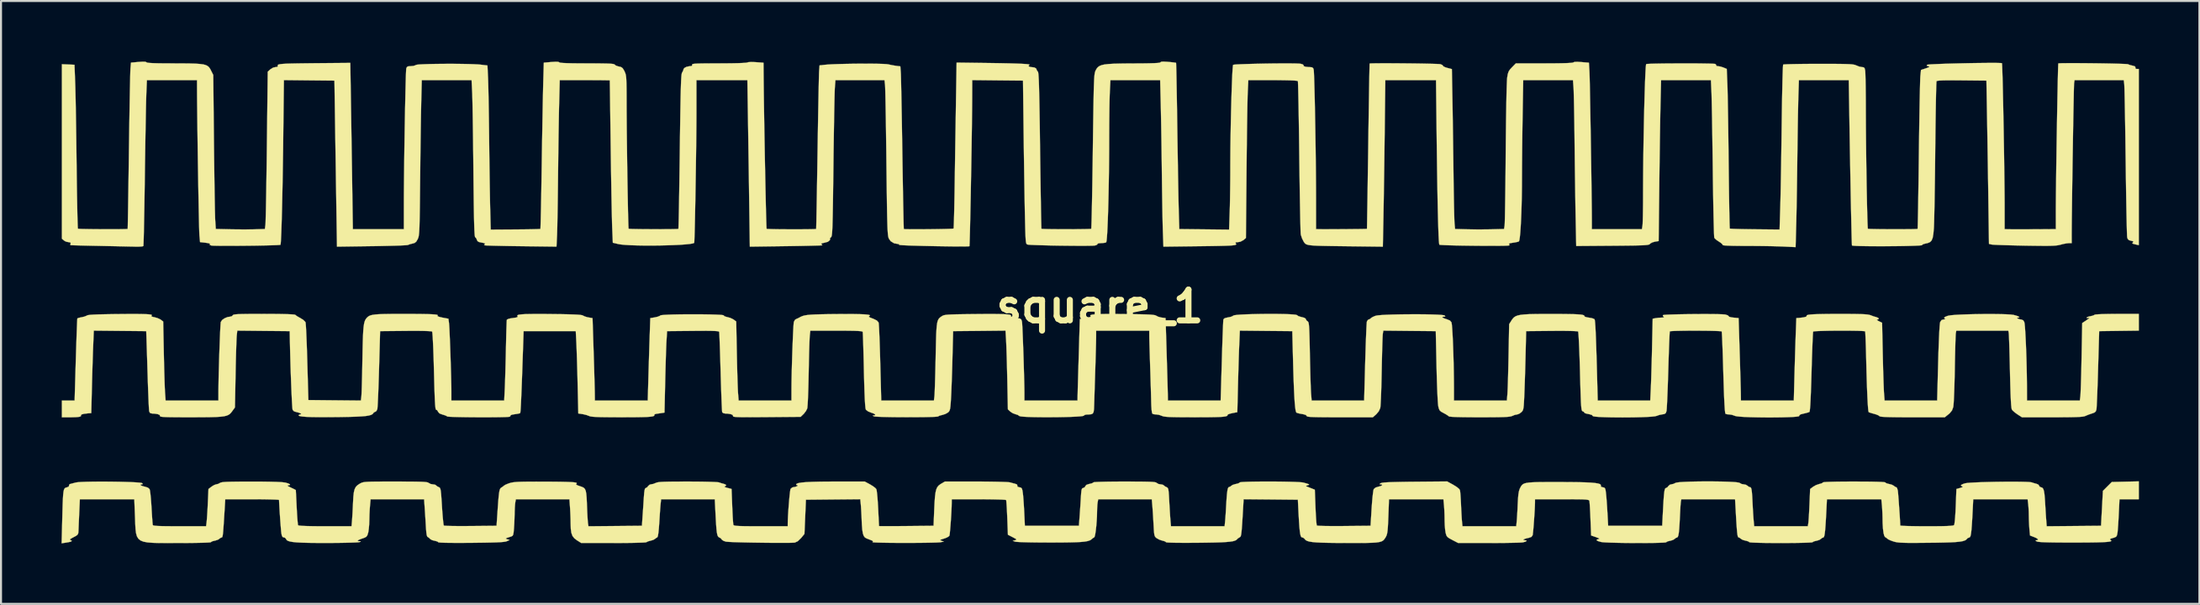
<source format=kicad_pcb>
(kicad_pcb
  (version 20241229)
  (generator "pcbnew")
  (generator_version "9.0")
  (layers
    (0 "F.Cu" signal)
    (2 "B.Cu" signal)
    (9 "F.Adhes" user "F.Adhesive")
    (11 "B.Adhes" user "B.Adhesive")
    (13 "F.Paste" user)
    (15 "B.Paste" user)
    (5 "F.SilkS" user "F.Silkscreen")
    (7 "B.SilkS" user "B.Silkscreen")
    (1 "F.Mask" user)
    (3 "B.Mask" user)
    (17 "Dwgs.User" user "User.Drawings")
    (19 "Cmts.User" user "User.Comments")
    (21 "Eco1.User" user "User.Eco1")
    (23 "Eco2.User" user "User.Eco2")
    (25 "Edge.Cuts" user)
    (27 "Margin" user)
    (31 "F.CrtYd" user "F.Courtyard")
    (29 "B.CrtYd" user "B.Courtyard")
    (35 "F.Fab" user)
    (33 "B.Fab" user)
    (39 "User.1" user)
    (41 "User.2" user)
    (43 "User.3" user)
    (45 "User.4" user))
  (footprint "square_1"
    (layer "F.Cu")
    (at 51.465 12.146)
    (property "Reference" "square_1" (at 0 0 0) (layer "F.SilkS") (effects (font (size 1.524 1.524) (thickness 0.3))))
    (attr through_hole)
    (fp_poly (pts (xy 51.493 9.56) (xy 50.536 9.56) (xy 50.501 10.287) (xy 50.487 10.555) (xy 50.472 10.807) (xy 50.456 11.021) (xy 50.443 11.175) (xy 50.437 11.221) (xy 50.411 11.351) (xy 50.367 11.421) (xy 50.28 11.461) (xy 50.246 11.471) (xy 50.116 11.51) (xy 50.063 11.54) (xy 50.077 11.571) (xy 50.106 11.591) (xy 50.133 11.619) (xy 50.112 11.643) (xy 50.037 11.662) (xy 49.903 11.678) (xy 49.703 11.689) (xy 49.432 11.698) (xy 49.085 11.703) (xy 48.656 11.706) (xy 48.214 11.707) (xy 47.734 11.706) (xy 47.341 11.703) (xy 47.027 11.698) (xy 46.786 11.691) (xy 46.612 11.681) (xy 46.499 11.668) (xy 46.44 11.653) (xy 46.436 11.651) (xy 46.376 11.609) (xy 46.394 11.594) (xy 46.424 11.593) (xy 46.497 11.577) (xy 46.49 11.536) (xy 46.409 11.481) (xy 46.304 11.435) (xy 46.103 11.358) (xy 46.073 11.048) (xy 46.058 10.832) (xy 46.047 10.583) (xy 46.043 10.391) (xy 46.039 10.178) (xy 46.027 9.961) (xy 46.013 9.802) (xy 45.984 9.56) (xy 43.287 9.56) (xy 43.258 10.148) (xy 43.237 10.543) (xy 43.217 10.854) (xy 43.198 11.089) (xy 43.178 11.258) (xy 43.156 11.37) (xy 43.131 11.432) (xy 43.101 11.453) (xy 43.097 11.453) (xy 43.014 11.487) (xy 42.976 11.525) (xy 42.931 11.571) (xy 42.862 11.608) (xy 42.76 11.639) (xy 42.618 11.663) (xy 42.426 11.682) (xy 42.175 11.696) (xy 41.856 11.706) (xy 41.461 11.714) (xy 41.079 11.718) (xy 40.657 11.722) (xy 40.317 11.724) (xy 40.047 11.723) (xy 39.836 11.718) (xy 39.673 11.711) (xy 39.548 11.699) (xy 39.448 11.683) (xy 39.364 11.662) (xy 39.347 11.657) (xy 39.2 11.606) (xy 39.088 11.555) (xy 39.047 11.526) (xy 38.963 11.46) (xy 38.927 11.443) (xy 38.88 11.379) (xy 38.842 11.233) (xy 38.814 11.014) (xy 38.797 10.732) (xy 38.793 10.483) (xy 38.787 10.264) (xy 38.774 10.019) (xy 38.763 9.871) (xy 38.733 9.56) (xy 36.036 9.56) (xy 36.005 10.172) (xy 35.984 10.566) (xy 35.964 10.876) (xy 35.945 11.111) (xy 35.925 11.277) (xy 35.904 11.384) (xy 35.881 11.44) (xy 35.859 11.453) (xy 35.784 11.485) (xy 35.744 11.523) (xy 35.663 11.575) (xy 35.535 11.616) (xy 35.508 11.621) (xy 35.395 11.648) (xy 35.333 11.681) (xy 35.329 11.69) (xy 35.285 11.699) (xy 35.159 11.708) (xy 34.961 11.716) (xy 34.703 11.722) (xy 34.395 11.727) (xy 34.048 11.729) (xy 33.759 11.73) (xy 33.358 11.729) (xy 33.002 11.726) (xy 32.7 11.72) (xy 32.46 11.713) (xy 32.291 11.704) (xy 32.201 11.694) (xy 32.189 11.688) (xy 32.148 11.655) (xy 32.046 11.623) (xy 32.007 11.615) (xy 31.876 11.58) (xy 31.782 11.53) (xy 31.77 11.519) (xy 31.695 11.462) (xy 31.658 11.453) (xy 31.637 11.442) (xy 31.619 11.402) (xy 31.602 11.325) (xy 31.586 11.2) (xy 31.57 11.019) (xy 31.553 10.772) (xy 31.533 10.45) (xy 31.514 10.102) (xy 31.483 9.56) (xy 28.819 9.56) (xy 28.798 9.664) (xy 28.788 9.747) (xy 28.776 9.902) (xy 28.764 10.108) (xy 28.752 10.344) (xy 28.75 10.391) (xy 28.732 10.75) (xy 28.714 11.025) (xy 28.694 11.225) (xy 28.67 11.357) (xy 28.643 11.43) (xy 28.61 11.453) (xy 28.609 11.453) (xy 28.534 11.485) (xy 28.494 11.523) (xy 28.412 11.575) (xy 28.285 11.616) (xy 28.257 11.621) (xy 28.144 11.648) (xy 28.082 11.681) (xy 28.079 11.69) (xy 28.034 11.702) (xy 27.911 11.711) (xy 27.72 11.719) (xy 27.475 11.725) (xy 27.189 11.728) (xy 26.874 11.73) (xy 26.543 11.73) (xy 26.208 11.728) (xy 25.882 11.724) (xy 25.579 11.718) (xy 25.31 11.711) (xy 25.089 11.701) (xy 24.928 11.691) (xy 24.848 11.68) (xy 24.697 11.638) (xy 24.624 11.597) (xy 24.634 11.56) (xy 24.719 11.536) (xy 24.759 11.52) (xy 24.724 11.491) (xy 24.608 11.446) (xy 24.586 11.438) (xy 24.349 11.357) (xy 24.317 10.539) (xy 24.306 10.269) (xy 24.293 10.027) (xy 24.281 9.83) (xy 24.27 9.694) (xy 24.262 9.64) (xy 24.25 9.617) (xy 24.22 9.599) (xy 24.164 9.585) (xy 24.071 9.574) (xy 23.931 9.567) (xy 23.735 9.563) (xy 23.471 9.561) (xy 23.131 9.56) (xy 22.903 9.56) (xy 21.567 9.56) (xy 21.566 9.733) (xy 21.561 9.884) (xy 21.552 10.088) (xy 21.537 10.325) (xy 21.52 10.576) (xy 21.502 10.821) (xy 21.484 11.041) (xy 21.467 11.215) (xy 21.453 11.325) (xy 21.448 11.346) (xy 21.389 11.428) (xy 21.261 11.473) (xy 21.25 11.475) (xy 21.117 11.505) (xy 21.023 11.54) (xy 20.984 11.57) (xy 21.013 11.589) (xy 21.047 11.591) (xy 21.137 11.603) (xy 21.148 11.631) (xy 21.09 11.665) (xy 20.974 11.695) (xy 20.937 11.701) (xy 20.838 11.708) (xy 20.661 11.715) (xy 20.417 11.72) (xy 20.12 11.725) (xy 19.783 11.728) (xy 19.419 11.73) (xy 19.242 11.73) (xy 17.761 11.73) (xy 17.471 11.58) (xy 17.318 11.497) (xy 17.227 11.431) (xy 17.176 11.357) (xy 17.144 11.252) (xy 17.135 11.209) (xy 17.112 11.055) (xy 17.095 10.849) (xy 17.087 10.629) (xy 17.087 10.585) (xy 17.083 10.35) (xy 17.073 10.102) (xy 17.059 9.891) (xy 17.057 9.871) (xy 17.028 9.56) (xy 14.33 9.56) (xy 14.298 10.416) (xy 14.285 10.726) (xy 14.272 10.959) (xy 14.257 11.129) (xy 14.238 11.252) (xy 14.214 11.341) (xy 14.182 11.412) (xy 14.17 11.434) (xy 14.123 11.509) (xy 14.076 11.571) (xy 14.019 11.62) (xy 13.942 11.657) (xy 13.835 11.685) (xy 13.69 11.705) (xy 13.497 11.717) (xy 13.245 11.725) (xy 12.927 11.728) (xy 12.532 11.728) (xy 12.229 11.728) (xy 11.738 11.726) (xy 11.331 11.721) (xy 11 11.713) (xy 10.738 11.7) (xy 10.535 11.682) (xy 10.384 11.658) (xy 10.276 11.627) (xy 10.204 11.589) (xy 10.159 11.542) (xy 10.152 11.53) (xy 10.076 11.465) (xy 10.025 11.453) (xy 9.988 11.438) (xy 9.958 11.387) (xy 9.932 11.291) (xy 9.909 11.14) (xy 9.889 10.927) (xy 9.869 10.641) (xy 9.848 10.275) (xy 9.842 10.16) (xy 9.814 9.583) (xy 8.469 9.57) (xy 7.124 9.558) (xy 7.094 10.078) (xy 7.071 10.465) (xy 7.052 10.77) (xy 7.035 11.002) (xy 7.02 11.173) (xy 7.005 11.291) (xy 6.988 11.368) (xy 6.97 11.413) (xy 6.947 11.435) (xy 6.933 11.443) (xy 6.838 11.504) (xy 6.811 11.534) (xy 6.766 11.576) (xy 6.697 11.612) (xy 6.596 11.641) (xy 6.453 11.663) (xy 6.261 11.681) (xy 6.009 11.695) (xy 5.691 11.705) (xy 5.298 11.712) (xy 4.838 11.718) (xy 4.43 11.72) (xy 4.071 11.72) (xy 3.769 11.718) (xy 3.533 11.712) (xy 3.37 11.705) (xy 3.287 11.695) (xy 3.279 11.69) (xy 3.238 11.655) (xy 3.138 11.622) (xy 3.111 11.617) (xy 2.957 11.568) (xy 2.82 11.494) (xy 2.817 11.492) (xy 2.765 11.45) (xy 2.729 11.402) (xy 2.704 11.331) (xy 2.687 11.219) (xy 2.674 11.049) (xy 2.661 10.814) (xy 2.646 10.552) (xy 2.63 10.285) (xy 2.614 10.049) (xy 2.602 9.894) (xy 2.573 9.56) (xy -0.081 9.56) (xy -0.11 9.704) (xy -0.125 9.824) (xy -0.135 9.998) (xy -0.14 10.177) (xy -0.145 10.403) (xy -0.159 10.645) (xy -0.178 10.883) (xy -0.202 11.101) (xy -0.228 11.279) (xy -0.255 11.4) (xy -0.278 11.446) (xy -0.348 11.489) (xy -0.389 11.525) (xy -0.445 11.571) (xy -0.52 11.608) (xy -0.622 11.638) (xy -0.76 11.661) (xy -0.944 11.679) (xy -1.182 11.691) (xy -1.483 11.699) (xy -1.857 11.704) (xy -2.311 11.706) (xy -2.448 11.706) (xy -2.828 11.705) (xy -3.184 11.702) (xy -3.504 11.697) (xy -3.776 11.69) (xy -3.988 11.682) (xy -4.128 11.673) (xy -4.179 11.666) (xy -4.318 11.625) (xy -4.203 11.593) (xy -4.144 11.573) (xy -4.14 11.548) (xy -4.2 11.506) (xy -4.322 11.441) (xy -4.558 11.32) (xy -4.59 10.478) (xy -4.602 10.207) (xy -4.614 9.969) (xy -4.627 9.777) (xy -4.638 9.648) (xy -4.646 9.598) (xy -4.697 9.588) (xy -4.828 9.579) (xy -5.028 9.572) (xy -5.285 9.566) (xy -5.587 9.562) (xy -5.923 9.56) (xy -6.006 9.56) (xy -7.343 9.56) (xy -7.344 9.756) (xy -7.348 9.919) (xy -7.358 10.131) (xy -7.371 10.371) (xy -7.387 10.622) (xy -7.405 10.864) (xy -7.423 11.078) (xy -7.439 11.245) (xy -7.453 11.348) (xy -7.458 11.366) (xy -7.516 11.421) (xy -7.633 11.479) (xy -7.727 11.511) (xy -7.859 11.553) (xy -7.914 11.58) (xy -7.9 11.601) (xy -7.851 11.62) (xy -7.735 11.657) (xy -7.874 11.688) (xy -7.959 11.698) (xy -8.116 11.706) (xy -8.333 11.712) (xy -8.599 11.717) (xy -8.9 11.721) (xy -9.225 11.723) (xy -9.563 11.724) (xy -9.901 11.724) (xy -10.227 11.722) (xy -10.529 11.719) (xy -10.795 11.714) (xy -11.013 11.708) (xy -11.172 11.701) (xy -11.259 11.693) (xy -11.27 11.686) (xy -11.238 11.649) (xy -11.281 11.614) (xy -11.328 11.594) (xy -11.468 11.54) (xy -11.569 11.5) (xy -11.647 11.454) (xy -11.705 11.376) (xy -11.747 11.254) (xy -11.776 11.074) (xy -11.796 10.823) (xy -11.805 10.622) (xy -11.815 10.373) (xy -11.828 10.133) (xy -11.84 9.93) (xy -11.851 9.801) (xy -11.876 9.558) (xy -13.223 9.57) (xy -14.57 9.583) (xy -14.643 11.28) (xy -14.808 11.481) (xy -14.971 11.64) (xy -15.118 11.708) (xy -15.207 11.715) (xy -15.375 11.72) (xy -15.608 11.722) (xy -15.892 11.722) (xy -16.214 11.721) (xy -16.559 11.718) (xy -16.915 11.713) (xy -17.268 11.708) (xy -17.604 11.701) (xy -17.908 11.693) (xy -18.169 11.685) (xy -18.371 11.676) (xy -18.501 11.666) (xy -18.534 11.662) (xy -18.654 11.623) (xy -18.729 11.572) (xy -18.737 11.56) (xy -18.797 11.491) (xy -18.865 11.453) (xy -18.904 11.431) (xy -18.936 11.388) (xy -18.962 11.316) (xy -18.984 11.204) (xy -19.003 11.04) (xy -19.02 10.815) (xy -19.038 10.518) (xy -19.056 10.172) (xy -19.087 9.56) (xy -21.746 9.56) (xy -21.769 9.756) (xy -21.78 9.87) (xy -21.795 10.055) (xy -21.811 10.29) (xy -21.828 10.553) (xy -21.837 10.69) (xy -21.858 10.99) (xy -21.881 11.22) (xy -21.905 11.372) (xy -21.929 11.441) (xy -21.933 11.444) (xy -22.008 11.49) (xy -22.046 11.523) (xy -22.131 11.573) (xy -22.259 11.613) (xy -22.277 11.617) (xy -22.394 11.648) (xy -22.465 11.683) (xy -22.471 11.689) (xy -22.521 11.699) (xy -22.653 11.708) (xy -22.857 11.715) (xy -23.12 11.722) (xy -23.433 11.726) (xy -23.785 11.729) (xy -24.101 11.73) (xy -25.705 11.73) (xy -25.919 11.595) (xy -26.051 11.494) (xy -26.14 11.378) (xy -26.196 11.225) (xy -26.224 11.018) (xy -26.231 10.756) (xy -26.235 10.536) (xy -26.245 10.275) (xy -26.258 10.023) (xy -26.261 9.982) (xy -26.291 9.56) (xy -28.944 9.56) (xy -28.973 9.704) (xy -28.987 9.816) (xy -28.999 9.989) (xy -29.007 10.192) (xy -29.008 10.27) (xy -29.015 10.514) (xy -29.026 10.774) (xy -29.04 11.001) (xy -29.043 11.034) (xy -29.059 11.21) (xy -29.079 11.315) (xy -29.112 11.373) (xy -29.167 11.404) (xy -29.21 11.418) (xy -29.362 11.466) (xy -29.435 11.497) (xy -29.44 11.519) (xy -29.387 11.541) (xy -29.372 11.545) (xy -29.256 11.579) (xy -29.395 11.642) (xy -29.455 11.66) (xy -29.556 11.675) (xy -29.704 11.688) (xy -29.909 11.698) (xy -30.178 11.706) (xy -30.52 11.713) (xy -30.942 11.718) (xy -31.161 11.721) (xy -31.592 11.723) (xy -31.968 11.723) (xy -32.281 11.721) (xy -32.525 11.716) (xy -32.693 11.708) (xy -32.779 11.698) (xy -32.789 11.693) (xy -32.83 11.659) (xy -32.932 11.628) (xy -32.972 11.62) (xy -33.097 11.587) (xy -33.181 11.542) (xy -33.191 11.53) (xy -33.265 11.46) (xy -33.302 11.442) (xy -33.337 11.412) (xy -33.363 11.343) (xy -33.382 11.218) (xy -33.399 11.024) (xy -33.407 10.891) (xy -33.423 10.625) (xy -33.441 10.341) (xy -33.458 10.082) (xy -33.466 9.964) (xy -33.494 9.56) (xy -36.147 9.56) (xy -36.176 9.871) (xy -36.191 10.071) (xy -36.203 10.316) (xy -36.209 10.559) (xy -36.21 10.599) (xy -36.218 10.816) (xy -36.236 11.025) (xy -36.26 11.189) (xy -36.268 11.222) (xy -36.309 11.351) (xy -36.365 11.425) (xy -36.468 11.476) (xy -36.538 11.499) (xy -36.701 11.558) (xy -36.783 11.603) (xy -36.779 11.632) (xy -36.711 11.641) (xy -36.635 11.647) (xy -36.647 11.664) (xy -36.691 11.684) (xy -36.759 11.694) (xy -36.907 11.703) (xy -37.124 11.711) (xy -37.398 11.718) (xy -37.717 11.723) (xy -38.07 11.726) (xy -38.282 11.727) (xy -38.782 11.726) (xy -39.198 11.722) (xy -39.536 11.713) (xy -39.803 11.699) (xy -40.007 11.679) (xy -40.155 11.652) (xy -40.254 11.619) (xy -40.311 11.577) (xy -40.332 11.537) (xy -40.39 11.468) (xy -40.445 11.453) (xy -40.508 11.432) (xy -40.547 11.354) (xy -40.567 11.257) (xy -40.579 11.157) (xy -40.594 10.985) (xy -40.612 10.76) (xy -40.631 10.503) (xy -40.649 10.232) (xy -40.665 9.969) (xy -40.678 9.733) (xy -40.685 9.594) (xy -40.729 9.585) (xy -40.855 9.577) (xy -41.05 9.571) (xy -41.302 9.565) (xy -41.601 9.561) (xy -41.935 9.56) (xy -42.019 9.56) (xy -43.351 9.56) (xy -43.381 10.056) (xy -43.406 10.452) (xy -43.426 10.765) (xy -43.443 11.006) (xy -43.457 11.183) (xy -43.47 11.306) (xy -43.483 11.385) (xy -43.496 11.429) (xy -43.511 11.449) (xy -43.527 11.453) (xy -43.603 11.485) (xy -43.639 11.519) (xy -43.718 11.569) (xy -43.844 11.609) (xy -43.875 11.615) (xy -43.99 11.644) (xy -44.053 11.678) (xy -44.057 11.688) (xy -44.102 11.699) (xy -44.231 11.708) (xy -44.436 11.716) (xy -44.708 11.722) (xy -45.04 11.727) (xy -45.423 11.73) (xy -45.708 11.73) (xy -46.199 11.731) (xy -46.605 11.73) (xy -46.935 11.721) (xy -47.197 11.701) (xy -47.399 11.664) (xy -47.55 11.604) (xy -47.656 11.517) (xy -47.728 11.398) (xy -47.772 11.241) (xy -47.797 11.041) (xy -47.811 10.793) (xy -47.821 10.493) (xy -47.825 10.4) (xy -47.858 9.56) (xy -50.558 9.56) (xy -50.589 10.241) (xy -50.6 10.501) (xy -50.611 10.745) (xy -50.619 10.95) (xy -50.625 11.093) (xy -50.626 11.122) (xy -50.635 11.238) (xy -50.667 11.313) (xy -50.742 11.374) (xy -50.867 11.44) (xy -50.994 11.509) (xy -51.047 11.552) (xy -51.035 11.58) (xy -51.011 11.59) (xy -50.956 11.623) (xy -50.986 11.655) (xy -51.104 11.687) (xy -51.234 11.709) (xy -51.46 11.743) (xy -51.429 10.547) (xy -51.418 10.13) (xy -51.408 9.796) (xy -51.397 9.535) (xy -51.384 9.338) (xy -51.368 9.196) (xy -51.348 9.099) (xy -51.321 9.037) (xy -51.288 9.002) (xy -51.245 8.983) (xy -51.208 8.974) (xy -51.111 8.936) (xy -51.095 8.886) (xy -51.079 8.826) (xy -51.04 8.805) (xy -50.949 8.781) (xy -50.811 8.745) (xy -50.753 8.73) (xy -50.647 8.715) (xy -50.468 8.703) (xy -50.23 8.694) (xy -49.947 8.688) (xy -49.631 8.685) (xy -49.294 8.685) (xy -48.952 8.688) (xy -48.616 8.693) (xy -48.299 8.701) (xy -48.015 8.711) (xy -47.777 8.723) (xy -47.598 8.737) (xy -47.491 8.753) (xy -47.468 8.763) (xy -47.438 8.809) (xy -47.491 8.821) (xy -47.554 8.833) (xy -47.544 8.863) (xy -47.475 8.899) (xy -47.363 8.931) (xy -47.336 8.936) (xy -47.183 8.986) (xy -47.101 9.06) (xy -47.082 9.135) (xy -47.061 9.285) (xy -47.04 9.494) (xy -47.02 9.744) (xy -47.006 9.968) (xy -46.99 10.236) (xy -46.975 10.473) (xy -46.961 10.664) (xy -46.949 10.793) (xy -46.942 10.841) (xy -46.915 10.859) (xy -46.842 10.873) (xy -46.714 10.884) (xy -46.523 10.891) (xy -46.262 10.896) (xy -45.923 10.898) (xy -45.612 10.899) (xy -44.3 10.899) (xy -44.273 10.68) (xy -44.261 10.555) (xy -44.247 10.36) (xy -44.232 10.12) (xy -44.218 9.857) (xy -44.214 9.756) (xy -44.182 9.052) (xy -44.031 8.936) (xy -43.913 8.862) (xy -43.811 8.823) (xy -43.792 8.821) (xy -43.687 8.794) (xy -43.616 8.753) (xy -43.577 8.734) (xy -43.509 8.718) (xy -43.405 8.706) (xy -43.253 8.697) (xy -43.046 8.691) (xy -42.773 8.687) (xy -42.424 8.684) (xy -42.064 8.684) (xy -41.56 8.685) (xy -41.14 8.691) (xy -40.804 8.7) (xy -40.555 8.713) (xy -40.396 8.731) (xy -40.366 8.736) (xy -40.222 8.779) (xy -40.144 8.82) (xy -40.141 8.852) (xy -40.219 8.869) (xy -40.236 8.87) (xy -40.269 8.883) (xy -40.22 8.922) (xy -40.097 8.982) (xy -39.967 9.044) (xy -39.878 9.09) (xy -39.853 9.107) (xy -39.851 9.155) (xy -39.844 9.281) (xy -39.835 9.47) (xy -39.823 9.706) (xy -39.811 9.962) (xy -39.796 10.233) (xy -39.781 10.473) (xy -39.765 10.667) (xy -39.751 10.798) (xy -39.741 10.851) (xy -39.684 10.867) (xy -39.537 10.88) (xy -39.303 10.889) (xy -38.982 10.896) (xy -38.579 10.899) (xy -38.401 10.899) (xy -37.091 10.899) (xy -37.066 10.61) (xy -37.055 10.448) (xy -37.041 10.223) (xy -37.028 9.968) (xy -37.017 9.732) (xy -37.001 9.438) (xy -36.977 9.221) (xy -36.938 9.063) (xy -36.88 8.948) (xy -36.795 8.862) (xy -36.679 8.786) (xy -36.678 8.786) (xy -36.626 8.758) (xy -36.573 8.736) (xy -36.509 8.718) (xy -36.423 8.705) (xy -36.305 8.696) (xy -36.145 8.689) (xy -35.933 8.685) (xy -35.658 8.683) (xy -35.311 8.682) (xy -34.915 8.682) (xy -34.483 8.683) (xy -34.133 8.684) (xy -33.858 8.688) (xy -33.648 8.693) (xy -33.494 8.701) (xy -33.387 8.712) (xy -33.318 8.725) (xy -33.278 8.743) (xy -33.267 8.751) (xy -33.171 8.803) (xy -33.066 8.821) (xy -32.96 8.836) (xy -32.903 8.87) (xy -32.839 8.924) (xy -32.769 8.958) (xy -32.734 8.975) (xy -32.707 9.005) (xy -32.685 9.06) (xy -32.668 9.152) (xy -32.652 9.293) (xy -32.637 9.497) (xy -32.618 9.776) (xy -32.61 9.913) (xy -32.591 10.196) (xy -32.571 10.446) (xy -32.551 10.65) (xy -32.534 10.794) (xy -32.52 10.862) (xy -32.518 10.865) (xy -32.464 10.874) (xy -32.331 10.881) (xy -32.129 10.886) (xy -31.871 10.889) (xy -31.569 10.89) (xy -31.235 10.888) (xy -31.193 10.888) (xy -29.903 10.876) (xy -29.867 10.345) (xy -29.841 9.962) (xy -29.819 9.661) (xy -29.799 9.432) (xy -29.78 9.264) (xy -29.76 9.146) (xy -29.738 9.069) (xy -29.713 9.021) (xy -29.682 8.993) (xy -29.673 8.987) (xy -29.578 8.923) (xy -29.534 8.885) (xy -29.466 8.843) (xy -29.341 8.79) (xy -29.248 8.758) (xy -29.166 8.736) (xy -29.067 8.719) (xy -28.941 8.706) (xy -28.775 8.696) (xy -28.56 8.69) (xy -28.284 8.687) (xy -27.936 8.686) (xy -27.562 8.687) (xy -27.103 8.689) (xy -26.729 8.693) (xy -26.436 8.7) (xy -26.215 8.709) (xy -26.06 8.721) (xy -25.966 8.737) (xy -25.926 8.757) (xy -25.932 8.782) (xy -25.951 8.796) (xy -25.963 8.828) (xy -25.897 8.868) (xy -25.768 8.914) (xy -25.661 8.95) (xy -25.581 8.992) (xy -25.524 9.052) (xy -25.484 9.143) (xy -25.458 9.28) (xy -25.44 9.475) (xy -25.427 9.742) (xy -25.42 9.929) (xy -25.41 10.182) (xy -25.398 10.413) (xy -25.386 10.602) (xy -25.375 10.727) (xy -25.372 10.75) (xy -25.349 10.9) (xy -24.024 10.888) (xy -22.698 10.876) (xy -22.665 10.391) (xy -22.646 10.12) (xy -22.626 9.82) (xy -22.608 9.541) (xy -22.602 9.456) (xy -22.585 9.235) (xy -22.564 9.094) (xy -22.538 9.022) (xy -22.511 9.005) (xy -22.441 8.969) (xy -22.398 8.913) (xy -22.317 8.839) (xy -22.246 8.82) (xy -22.132 8.799) (xy -22.012 8.751) (xy -21.959 8.731) (xy -21.88 8.715) (xy -21.765 8.703) (xy -21.603 8.694) (xy -21.386 8.688) (xy -21.102 8.684) (xy -20.743 8.683) (xy -20.432 8.682) (xy -20.071 8.684) (xy -19.736 8.687) (xy -19.439 8.693) (xy -19.193 8.701) (xy -19.009 8.71) (xy -18.9 8.72) (xy -18.879 8.725) (xy -18.749 8.769) (xy -18.646 8.795) (xy -18.547 8.834) (xy -18.523 8.88) (xy -18.58 8.918) (xy -18.6 8.923) (xy -18.608 8.942) (xy -18.541 8.973) (xy -18.468 8.995) (xy -18.256 9.049) (xy -18.223 9.908) (xy -18.211 10.184) (xy -18.199 10.43) (xy -18.186 10.631) (xy -18.174 10.771) (xy -18.165 10.833) (xy -18.144 10.852) (xy -18.093 10.868) (xy -18.003 10.88) (xy -17.862 10.888) (xy -17.664 10.894) (xy -17.397 10.897) (xy -17.053 10.899) (xy -16.805 10.899) (xy -15.471 10.899) (xy -15.47 10.772) (xy -15.466 10.592) (xy -15.456 10.367) (xy -15.44 10.116) (xy -15.421 9.855) (xy -15.4 9.603) (xy -15.379 9.378) (xy -15.358 9.198) (xy -15.34 9.081) (xy -15.331 9.048) (xy -15.249 8.976) (xy -15.181 8.959) (xy -15.1 8.946) (xy -15.022 8.919) (xy -14.972 8.89) (xy -14.976 8.87) (xy -14.998 8.868) (xy -15.051 8.843) (xy -15.055 8.829) (xy -15.026 8.79) (xy -14.934 8.757) (xy -14.777 8.731) (xy -14.547 8.711) (xy -14.242 8.697) (xy -13.856 8.687) (xy -13.385 8.683) (xy -13.12 8.682) (xy -11.654 8.682) (xy -11.392 8.824) (xy -11.247 8.913) (xy -11.133 8.999) (xy -11.081 9.057) (xy -11.063 9.13) (xy -11.044 9.28) (xy -11.024 9.489) (xy -11.006 9.741) (xy -10.99 10.011) (xy -10.977 10.283) (xy -10.965 10.522) (xy -10.956 10.712) (xy -10.949 10.839) (xy -10.947 10.889) (xy -10.947 10.889) (xy -10.902 10.892) (xy -10.776 10.894) (xy -10.581 10.894) (xy -10.328 10.894) (xy -10.029 10.892) (xy -9.694 10.89) (xy -9.594 10.889) (xy -8.243 10.876) (xy -8.21 10.068) (xy -8.193 9.714) (xy -8.173 9.439) (xy -8.147 9.232) (xy -8.111 9.079) (xy -8.063 8.968) (xy -7.998 8.886) (xy -7.914 8.82) (xy -7.873 8.795) (xy -7.681 8.682) (xy -6.133 8.682) (xy -5.758 8.683) (xy -5.408 8.687) (xy -5.095 8.692) (xy -4.83 8.7) (xy -4.625 8.708) (xy -4.493 8.718) (xy -4.452 8.725) (xy -4.306 8.766) (xy -4.193 8.794) (xy -4.101 8.835) (xy -4.092 8.887) (xy -4.079 8.941) (xy -3.987 8.967) (xy -3.911 8.984) (xy -3.867 9.028) (xy -3.839 9.122) (xy -3.821 9.236) (xy -3.805 9.376) (xy -3.788 9.582) (xy -3.771 9.832) (xy -3.755 10.099) (xy -3.751 10.183) (xy -3.718 10.876) (xy -1.039 10.876) (xy -1.006 10.437) (xy -0.988 10.187) (xy -0.968 9.895) (xy -0.95 9.608) (xy -0.944 9.502) (xy -0.929 9.281) (xy -0.914 9.136) (xy -0.894 9.052) (xy -0.867 9.014) (xy -0.832 9.005) (xy -0.754 8.967) (xy -0.727 8.918) (xy -0.667 8.846) (xy -0.528 8.801) (xy -0.514 8.799) (xy -0.396 8.77) (xy -0.329 8.736) (xy -0.323 8.724) (xy -0.279 8.713) (xy -0.15 8.704) (xy 0.053 8.696) (xy 0.323 8.689) (xy 0.651 8.685) (xy 1.028 8.682) (xy 1.218 8.682) (xy 1.645 8.683) (xy 1.988 8.684) (xy 2.257 8.688) (xy 2.461 8.693) (xy 2.609 8.701) (xy 2.71 8.712) (xy 2.774 8.726) (xy 2.809 8.744) (xy 2.817 8.751) (xy 2.904 8.803) (xy 3.005 8.821) (xy 3.11 8.837) (xy 3.165 8.87) (xy 3.229 8.924) (xy 3.3 8.958) (xy 3.342 8.98) (xy 3.372 9.016) (xy 3.394 9.083) (xy 3.409 9.196) (xy 3.422 9.371) (xy 3.435 9.614) (xy 3.45 9.881) (xy 3.466 10.149) (xy 3.481 10.389) (xy 3.494 10.564) (xy 3.523 10.899) (xy 6.182 10.899) (xy 6.207 10.656) (xy 6.219 10.506) (xy 6.235 10.296) (xy 6.249 10.058) (xy 6.258 9.906) (xy 6.278 9.569) (xy 6.298 9.315) (xy 6.32 9.136) (xy 6.345 9.023) (xy 6.375 8.968) (xy 6.396 8.959) (xy 6.473 8.927) (xy 6.507 8.896) (xy 6.584 8.848) (xy 6.71 8.809) (xy 6.743 8.803) (xy 6.859 8.774) (xy 6.923 8.739) (xy 6.927 8.728) (xy 6.971 8.715) (xy 7.095 8.704) (xy 7.285 8.695) (xy 7.529 8.688) (xy 7.814 8.684) (xy 8.126 8.681) (xy 8.454 8.681) (xy 8.785 8.683) (xy 9.105 8.687) (xy 9.401 8.693) (xy 9.661 8.701) (xy 9.872 8.711) (xy 10.022 8.723) (xy 10.085 8.734) (xy 10.256 8.781) (xy 10.348 8.813) (xy 10.372 8.835) (xy 10.339 8.854) (xy 10.299 8.867) (xy 10.221 8.894) (xy 10.227 8.916) (xy 10.275 8.937) (xy 10.385 8.98) (xy 10.511 9.03) (xy 10.653 9.087) (xy 10.686 9.958) (xy 10.698 10.233) (xy 10.712 10.476) (xy 10.726 10.673) (xy 10.741 10.807) (xy 10.754 10.864) (xy 10.754 10.865) (xy 10.808 10.873) (xy 10.942 10.881) (xy 11.144 10.886) (xy 11.403 10.889) (xy 11.706 10.89) (xy 12.041 10.889) (xy 12.103 10.888) (xy 13.416 10.876) (xy 13.469 10.015) (xy 13.489 9.736) (xy 13.511 9.485) (xy 13.534 9.278) (xy 13.555 9.13) (xy 13.573 9.061) (xy 13.662 8.982) (xy 13.808 8.936) (xy 13.924 8.905) (xy 13.988 8.866) (xy 13.986 8.834) (xy 13.912 8.819) (xy 13.862 8.812) (xy 13.889 8.784) (xy 13.924 8.762) (xy 13.982 8.745) (xy 14.1 8.73) (xy 14.284 8.718) (xy 14.54 8.709) (xy 14.873 8.701) (xy 15.288 8.694) (xy 15.615 8.691) (xy 17.213 8.677) (xy 17.515 8.843) (xy 17.695 8.955) (xy 17.811 9.054) (xy 17.846 9.111) (xy 17.859 9.195) (xy 17.873 9.349) (xy 17.886 9.554) (xy 17.898 9.787) (xy 17.899 9.814) (xy 17.91 10.066) (xy 17.923 10.309) (xy 17.935 10.515) (xy 17.947 10.656) (xy 17.971 10.899) (xy 20.637 10.899) (xy 20.661 10.656) (xy 20.672 10.516) (xy 20.685 10.31) (xy 20.699 10.067) (xy 20.71 9.812) (xy 20.711 9.8) (xy 20.726 9.519) (xy 20.745 9.313) (xy 20.771 9.163) (xy 20.806 9.052) (xy 20.824 9.013) (xy 20.865 8.935) (xy 20.907 8.872) (xy 20.96 8.821) (xy 21.032 8.782) (xy 21.133 8.753) (xy 21.273 8.733) (xy 21.46 8.719) (xy 21.703 8.711) (xy 22.013 8.708) (xy 22.398 8.707) (xy 22.786 8.707) (xy 23.298 8.709) (xy 23.724 8.714) (xy 24.071 8.723) (xy 24.344 8.737) (xy 24.55 8.756) (xy 24.695 8.78) (xy 24.785 8.81) (xy 24.828 8.847) (xy 24.829 8.891) (xy 24.829 8.892) (xy 24.847 8.945) (xy 24.929 8.968) (xy 24.996 8.982) (xy 25.037 9.02) (xy 25.063 9.102) (xy 25.083 9.251) (xy 25.087 9.288) (xy 25.103 9.452) (xy 25.121 9.68) (xy 25.139 9.942) (xy 25.155 10.21) (xy 25.157 10.235) (xy 25.192 10.876) (xy 27.871 10.876) (xy 27.907 10.183) (xy 27.927 9.817) (xy 27.944 9.533) (xy 27.962 9.322) (xy 27.979 9.174) (xy 27.999 9.078) (xy 28.022 9.026) (xy 28.049 9.006) (xy 28.057 9.005) (xy 28.128 8.969) (xy 28.171 8.913) (xy 28.253 8.839) (xy 28.325 8.821) (xy 28.447 8.793) (xy 28.52 8.753) (xy 28.593 8.732) (xy 28.744 8.714) (xy 28.959 8.7) (xy 29.225 8.689) (xy 29.529 8.681) (xy 29.856 8.677) (xy 30.193 8.676) (xy 30.527 8.678) (xy 30.845 8.683) (xy 31.133 8.692) (xy 31.377 8.704) (xy 31.563 8.719) (xy 31.68 8.738) (xy 31.71 8.751) (xy 31.807 8.804) (xy 31.909 8.821) (xy 32.025 8.844) (xy 32.096 8.89) (xy 32.175 8.949) (xy 32.217 8.959) (xy 32.253 8.97) (xy 32.28 9.009) (xy 32.301 9.09) (xy 32.318 9.224) (xy 32.333 9.425) (xy 32.347 9.703) (xy 32.349 9.744) (xy 32.362 9.999) (xy 32.377 10.252) (xy 32.392 10.471) (xy 32.403 10.61) (xy 32.43 10.899) (xy 35.088 10.899) (xy 35.114 10.749) (xy 35.124 10.653) (xy 35.137 10.483) (xy 35.15 10.26) (xy 35.163 10.003) (xy 35.171 9.826) (xy 35.203 9.053) (xy 35.347 8.944) (xy 35.493 8.86) (xy 35.654 8.805) (xy 35.664 8.803) (xy 35.775 8.772) (xy 35.834 8.735) (xy 35.837 8.726) (xy 35.882 8.714) (xy 36.014 8.703) (xy 36.226 8.695) (xy 36.512 8.688) (xy 36.867 8.684) (xy 37.285 8.682) (xy 37.384 8.682) (xy 37.84 8.684) (xy 38.222 8.687) (xy 38.525 8.694) (xy 38.747 8.703) (xy 38.883 8.714) (xy 38.931 8.727) (xy 38.931 8.728) (xy 38.972 8.763) (xy 39.074 8.795) (xy 39.115 8.803) (xy 39.246 8.837) (xy 39.339 8.884) (xy 39.352 8.896) (xy 39.429 8.951) (xy 39.465 8.959) (xy 39.511 9.002) (xy 39.546 9.117) (xy 39.552 9.156) (xy 39.562 9.249) (xy 39.575 9.414) (xy 39.592 9.63) (xy 39.609 9.877) (xy 39.627 10.134) (xy 39.644 10.381) (xy 39.657 10.597) (xy 39.666 10.764) (xy 39.67 10.86) (xy 39.67 10.863) (xy 39.714 10.873) (xy 39.839 10.881) (xy 40.034 10.888) (xy 40.285 10.893) (xy 40.583 10.897) (xy 40.915 10.899) (xy 40.981 10.899) (xy 41.39 10.898) (xy 41.714 10.895) (xy 41.962 10.889) (xy 42.141 10.88) (xy 42.259 10.868) (xy 42.323 10.852) (xy 42.339 10.841) (xy 42.356 10.778) (xy 42.374 10.639) (xy 42.392 10.438) (xy 42.408 10.192) (xy 42.421 9.918) (xy 42.454 9.052) (xy 42.644 8.998) (xy 42.749 8.96) (xy 42.772 8.933) (xy 42.753 8.925) (xy 42.679 8.892) (xy 42.694 8.848) (xy 42.792 8.8) (xy 42.891 8.769) (xy 42.995 8.753) (xy 43.174 8.739) (xy 43.415 8.726) (xy 43.704 8.714) (xy 44.026 8.705) (xy 44.368 8.697) (xy 44.717 8.692) (xy 45.059 8.69) (xy 45.379 8.69) (xy 45.664 8.693) (xy 45.901 8.699) (xy 46.075 8.708) (xy 46.173 8.721) (xy 46.181 8.723) (xy 46.321 8.768) (xy 46.424 8.795) (xy 46.516 8.835) (xy 46.551 8.888) (xy 46.59 8.945) (xy 46.652 8.968) (xy 46.713 8.99) (xy 46.758 9.047) (xy 46.792 9.149) (xy 46.818 9.311) (xy 46.838 9.544) (xy 46.85 9.737) (xy 46.865 9.988) (xy 46.881 10.248) (xy 46.896 10.476) (xy 46.903 10.565) (xy 46.929 10.9) (xy 48.276 10.888) (xy 49.622 10.876) (xy 49.669 10.01) (xy 49.715 9.145) (xy 50.155 8.705) (xy 50.824 8.689) (xy 51.493 8.674) (xy 51.493 9.56)) (stroke (width 0.01) (type solid)) (fill yes) (layer "F.SilkS"))
    (fp_poly (pts (xy 51.493 1.199) (xy 50.511 1.211) (xy 49.53 1.224) (xy 49.475 3.094) (xy 49.463 3.506) (xy 49.45 3.894) (xy 49.437 4.247) (xy 49.425 4.554) (xy 49.413 4.804) (xy 49.404 4.987) (xy 49.396 5.092) (xy 49.394 5.107) (xy 49.361 5.204) (xy 49.291 5.264) (xy 49.171 5.307) (xy 49.014 5.36) (xy 48.871 5.418) (xy 48.845 5.43) (xy 48.791 5.449) (xy 48.705 5.464) (xy 48.579 5.475) (xy 48.402 5.484) (xy 48.167 5.49) (xy 47.863 5.494) (xy 47.481 5.495) (xy 47.21 5.496) (xy 45.705 5.496) (xy 45.48 5.351) (xy 45.346 5.254) (xy 45.24 5.159) (xy 45.201 5.109) (xy 45.184 5.038) (xy 45.168 4.887) (xy 45.153 4.654) (xy 45.139 4.336) (xy 45.126 3.931) (xy 45.113 3.436) (xy 45.108 3.21) (xy 45.099 2.807) (xy 45.089 2.43) (xy 45.08 2.09) (xy 45.071 1.798) (xy 45.062 1.564) (xy 45.055 1.398) (xy 45.048 1.312) (xy 45.047 1.305) (xy 45.026 1.201) (xy 42.448 1.201) (xy 42.424 1.328) (xy 42.418 1.402) (xy 42.411 1.558) (xy 42.403 1.783) (xy 42.395 2.066) (xy 42.387 2.397) (xy 42.379 2.762) (xy 42.373 3.117) (xy 42.365 3.51) (xy 42.355 3.881) (xy 42.344 4.218) (xy 42.332 4.511) (xy 42.32 4.745) (xy 42.307 4.91) (xy 42.297 4.988) (xy 42.235 5.157) (xy 42.122 5.295) (xy 42.063 5.346) (xy 41.877 5.496) (xy 40.269 5.496) (xy 39.804 5.495) (xy 39.425 5.492) (xy 39.128 5.487) (xy 38.907 5.479) (xy 38.756 5.469) (xy 38.67 5.456) (xy 38.644 5.443) (xy 38.593 5.403) (xy 38.48 5.356) (xy 38.377 5.326) (xy 38.236 5.287) (xy 38.136 5.254) (xy 38.105 5.239) (xy 38.09 5.18) (xy 38.075 5.033) (xy 38.059 4.806) (xy 38.043 4.504) (xy 38.027 4.133) (xy 38.012 3.698) (xy 37.997 3.206) (xy 37.985 2.702) (xy 37.976 2.347) (xy 37.967 2.021) (xy 37.957 1.738) (xy 37.948 1.507) (xy 37.94 1.34) (xy 37.933 1.249) (xy 37.931 1.235) (xy 37.88 1.224) (xy 37.751 1.215) (xy 37.558 1.208) (xy 37.317 1.204) (xy 37.042 1.201) (xy 36.747 1.201) (xy 36.447 1.202) (xy 36.157 1.205) (xy 35.89 1.211) (xy 35.662 1.218) (xy 35.488 1.226) (xy 35.38 1.237) (xy 35.353 1.245) (xy 35.346 1.299) (xy 35.337 1.436) (xy 35.327 1.646) (xy 35.316 1.918) (xy 35.304 2.244) (xy 35.291 2.613) (xy 35.279 3.016) (xy 35.273 3.243) (xy 35.257 3.782) (xy 35.241 4.24) (xy 35.225 4.613) (xy 35.21 4.899) (xy 35.194 5.098) (xy 35.179 5.207) (xy 35.171 5.229) (xy 35.1 5.257) (xy 34.972 5.292) (xy 34.881 5.312) (xy 34.736 5.35) (xy 34.671 5.39) (xy 34.667 5.429) (xy 34.631 5.449) (xy 34.516 5.466) (xy 34.333 5.48) (xy 34.096 5.49) (xy 33.816 5.498) (xy 33.507 5.502) (xy 33.182 5.504) (xy 32.852 5.502) (xy 32.53 5.497) (xy 32.229 5.49) (xy 31.962 5.479) (xy 31.74 5.465) (xy 31.577 5.448) (xy 31.485 5.429) (xy 31.479 5.426) (xy 31.334 5.375) (xy 31.202 5.356) (xy 31.084 5.346) (xy 31.007 5.322) (xy 30.992 5.265) (xy 30.976 5.117) (xy 30.96 4.876) (xy 30.943 4.543) (xy 30.927 4.119) (xy 30.91 3.604) (xy 30.901 3.282) (xy 30.888 2.86) (xy 30.876 2.467) (xy 30.864 2.111) (xy 30.852 1.803) (xy 30.842 1.553) (xy 30.832 1.37) (xy 30.825 1.263) (xy 30.821 1.239) (xy 30.771 1.228) (xy 30.642 1.22) (xy 30.45 1.213) (xy 30.21 1.207) (xy 29.935 1.204) (xy 29.641 1.202) (xy 29.342 1.202) (xy 29.051 1.203) (xy 28.785 1.207) (xy 28.557 1.212) (xy 28.383 1.219) (xy 28.275 1.228) (xy 28.248 1.235) (xy 28.242 1.288) (xy 28.234 1.422) (xy 28.225 1.629) (xy 28.214 1.899) (xy 28.202 2.222) (xy 28.189 2.588) (xy 28.177 2.986) (xy 28.172 3.163) (xy 28.159 3.578) (xy 28.146 3.968) (xy 28.132 4.323) (xy 28.119 4.632) (xy 28.107 4.884) (xy 28.096 5.069) (xy 28.086 5.177) (xy 28.083 5.195) (xy 28.044 5.293) (xy 27.969 5.337) (xy 27.891 5.348) (xy 27.73 5.379) (xy 27.587 5.429) (xy 27.5 5.448) (xy 27.341 5.465) (xy 27.122 5.478) (xy 26.855 5.489) (xy 26.555 5.497) (xy 26.233 5.501) (xy 25.902 5.503) (xy 25.576 5.501) (xy 25.267 5.497) (xy 24.989 5.489) (xy 24.753 5.479) (xy 24.573 5.465) (xy 24.461 5.448) (xy 24.43 5.432) (xy 24.386 5.381) (xy 24.261 5.343) (xy 24.222 5.336) (xy 24.099 5.31) (xy 24.024 5.279) (xy 24.015 5.265) (xy 23.977 5.219) (xy 23.931 5.198) (xy 23.91 5.187) (xy 23.893 5.161) (xy 23.878 5.112) (xy 23.866 5.033) (xy 23.855 4.914) (xy 23.844 4.748) (xy 23.835 4.526) (xy 23.825 4.24) (xy 23.814 3.882) (xy 23.802 3.443) (xy 23.797 3.227) (xy 23.785 2.812) (xy 23.772 2.425) (xy 23.759 2.076) (xy 23.745 1.775) (xy 23.732 1.532) (xy 23.72 1.356) (xy 23.709 1.258) (xy 23.704 1.241) (xy 23.648 1.23) (xy 23.511 1.221) (xy 23.304 1.215) (xy 23.04 1.211) (xy 22.729 1.21) (xy 22.395 1.212) (xy 21.128 1.224) (xy 21.096 2.517) (xy 21.086 2.897) (xy 21.075 3.287) (xy 21.063 3.665) (xy 21.051 4.009) (xy 21.04 4.299) (xy 21.033 4.475) (xy 21.02 4.737) (xy 21.008 4.923) (xy 20.992 5.049) (xy 20.971 5.133) (xy 20.94 5.19) (xy 20.897 5.237) (xy 20.885 5.249) (xy 20.777 5.324) (xy 20.676 5.357) (xy 20.671 5.357) (xy 20.561 5.379) (xy 20.442 5.427) (xy 20.39 5.446) (xy 20.312 5.462) (xy 20.198 5.474) (xy 20.039 5.483) (xy 19.825 5.489) (xy 19.545 5.493) (xy 19.192 5.495) (xy 18.817 5.496) (xy 18.357 5.494) (xy 17.977 5.49) (xy 17.677 5.483) (xy 17.461 5.473) (xy 17.333 5.461) (xy 17.295 5.449) (xy 17.239 5.403) (xy 17.129 5.335) (xy 17.041 5.288) (xy 16.909 5.215) (xy 16.835 5.144) (xy 16.794 5.042) (xy 16.77 4.931) (xy 16.759 4.829) (xy 16.746 4.648) (xy 16.733 4.398) (xy 16.72 4.091) (xy 16.707 3.741) (xy 16.696 3.359) (xy 16.686 2.957) (xy 16.686 2.956) (xy 16.649 1.224) (xy 15.349 1.212) (xy 14.05 1.199) (xy 14.024 1.35) (xy 14.017 1.43) (xy 14.009 1.591) (xy 14.001 1.821) (xy 13.992 2.11) (xy 13.984 2.444) (xy 13.975 2.814) (xy 13.968 3.187) (xy 13.96 3.58) (xy 13.951 3.949) (xy 13.94 4.284) (xy 13.929 4.573) (xy 13.917 4.803) (xy 13.906 4.964) (xy 13.896 5.041) (xy 13.824 5.197) (xy 13.701 5.344) (xy 13.691 5.353) (xy 13.528 5.496) (xy 11.89 5.496) (xy 11.45 5.495) (xy 11.094 5.493) (xy 10.813 5.49) (xy 10.6 5.485) (xy 10.446 5.478) (xy 10.343 5.468) (xy 10.282 5.456) (xy 10.255 5.44) (xy 10.252 5.431) (xy 10.207 5.38) (xy 10.075 5.342) (xy 10.031 5.335) (xy 9.886 5.309) (xy 9.774 5.278) (xy 9.745 5.265) (xy 9.72 5.223) (xy 9.697 5.125) (xy 9.676 4.967) (xy 9.656 4.745) (xy 9.638 4.453) (xy 9.62 4.087) (xy 9.603 3.642) (xy 9.586 3.114) (xy 9.571 2.54) (xy 9.537 1.224) (xy 8.237 1.212) (xy 6.937 1.199) (xy 6.907 1.904) (xy 6.897 2.147) (xy 6.886 2.46) (xy 6.875 2.822) (xy 6.863 3.213) (xy 6.852 3.61) (xy 6.844 3.925) (xy 6.812 5.242) (xy 6.567 5.289) (xy 6.433 5.321) (xy 6.347 5.356) (xy 6.329 5.376) (xy 6.323 5.407) (xy 6.29 5.433) (xy 6.22 5.453) (xy 6.107 5.469) (xy 5.941 5.48) (xy 5.714 5.487) (xy 5.417 5.492) (xy 5.043 5.494) (xy 4.711 5.495) (xy 4.283 5.494) (xy 3.939 5.492) (xy 3.668 5.488) (xy 3.46 5.482) (xy 3.306 5.472) (xy 3.197 5.46) (xy 3.123 5.444) (xy 3.077 5.426) (xy 2.932 5.375) (xy 2.8 5.356) (xy 2.682 5.346) (xy 2.606 5.322) (xy 2.582 5.261) (xy 2.563 5.124) (xy 2.55 4.925) (xy 2.545 4.78) (xy 2.541 4.594) (xy 2.534 4.335) (xy 2.525 4.02) (xy 2.514 3.67) (xy 2.503 3.301) (xy 2.492 2.979) (xy 2.481 2.628) (xy 2.471 2.296) (xy 2.462 1.997) (xy 2.455 1.746) (xy 2.45 1.556) (xy 2.449 1.445) (xy 2.449 1.443) (xy 2.448 1.201) (xy -0.185 1.201) (xy -0.186 1.512) (xy -0.188 1.641) (xy -0.192 1.847) (xy -0.199 2.114) (xy -0.208 2.426) (xy -0.218 2.769) (xy -0.229 3.126) (xy -0.23 3.14) (xy -0.241 3.506) (xy -0.253 3.864) (xy -0.263 4.198) (xy -0.272 4.491) (xy -0.279 4.725) (xy -0.284 4.881) (xy -0.292 5.094) (xy -0.311 5.231) (xy -0.353 5.309) (xy -0.43 5.345) (xy -0.554 5.356) (xy -0.631 5.356) (xy -0.738 5.373) (xy -0.796 5.413) (xy -0.797 5.415) (xy -0.847 5.433) (xy -0.977 5.449) (xy -1.173 5.463) (xy -1.422 5.474) (xy -1.712 5.483) (xy -2.029 5.489) (xy -2.36 5.492) (xy -2.693 5.493) (xy -3.014 5.491) (xy -3.31 5.486) (xy -3.568 5.478) (xy -3.776 5.467) (xy -3.919 5.453) (xy -3.986 5.436) (xy -3.988 5.434) (xy -4.069 5.379) (xy -4.186 5.342) (xy -4.327 5.29) (xy -4.445 5.209) (xy -4.559 5.103) (xy -4.589 3.625) (xy -4.598 3.238) (xy -4.607 2.857) (xy -4.617 2.499) (xy -4.628 2.179) (xy -4.637 1.914) (xy -4.646 1.72) (xy -4.648 1.673) (xy -4.677 1.199) (xy -5.975 1.212) (xy -7.274 1.224) (xy -7.308 2.563) (xy -7.318 2.946) (xy -7.33 3.334) (xy -7.343 3.709) (xy -7.356 4.049) (xy -7.368 4.335) (xy -7.378 4.533) (xy -7.394 4.788) (xy -7.409 4.966) (xy -7.427 5.086) (xy -7.451 5.164) (xy -7.484 5.216) (xy -7.529 5.258) (xy -7.654 5.33) (xy -7.805 5.379) (xy -7.816 5.381) (xy -7.935 5.411) (xy -8.009 5.446) (xy -8.015 5.453) (xy -8.066 5.464) (xy -8.197 5.473) (xy -8.393 5.48) (xy -8.643 5.486) (xy -8.933 5.489) (xy -9.251 5.491) (xy -9.582 5.492) (xy -9.914 5.491) (xy -10.235 5.488) (xy -10.53 5.483) (xy -10.787 5.477) (xy -10.994 5.469) (xy -11.136 5.46) (xy -11.199 5.449) (xy -11.259 5.419) (xy -11.235 5.408) (xy -11.211 5.407) (xy -11.136 5.389) (xy -11.142 5.353) (xy -11.218 5.306) (xy -11.34 5.264) (xy -11.49 5.203) (xy -11.59 5.127) (xy -11.602 5.108) (xy -11.619 5.03) (xy -11.635 4.861) (xy -11.651 4.599) (xy -11.666 4.245) (xy -11.68 3.8) (xy -11.694 3.264) (xy -11.696 3.163) (xy -11.705 2.758) (xy -11.715 2.38) (xy -11.724 2.041) (xy -11.733 1.749) (xy -11.741 1.517) (xy -11.748 1.353) (xy -11.754 1.267) (xy -11.755 1.258) (xy -11.782 1.241) (xy -11.856 1.226) (xy -11.984 1.216) (xy -12.176 1.208) (xy -12.438 1.204) (xy -12.779 1.201) (xy -13.063 1.201) (xy -14.352 1.201) (xy -14.379 1.443) (xy -14.386 1.546) (xy -14.394 1.729) (xy -14.403 1.979) (xy -14.412 2.284) (xy -14.42 2.63) (xy -14.428 3.006) (xy -14.434 3.302) (xy -14.442 3.686) (xy -14.451 4.045) (xy -14.462 4.368) (xy -14.473 4.643) (xy -14.485 4.859) (xy -14.497 5.004) (xy -14.506 5.061) (xy -14.569 5.187) (xy -14.668 5.316) (xy -14.69 5.338) (xy -14.83 5.473) (xy -16.519 5.487) (xy -16.963 5.49) (xy -17.323 5.492) (xy -17.608 5.491) (xy -17.824 5.489) (xy -17.982 5.484) (xy -18.088 5.476) (xy -18.151 5.465) (xy -18.179 5.451) (xy -18.182 5.434) (xy -18.202 5.379) (xy -18.3 5.338) (xy -18.461 5.314) (xy -18.566 5.311) (xy -18.668 5.29) (xy -18.719 5.245) (xy -18.726 5.186) (xy -18.734 5.045) (xy -18.744 4.831) (xy -18.755 4.555) (xy -18.767 4.226) (xy -18.779 3.856) (xy -18.792 3.453) (xy -18.797 3.248) (xy -18.809 2.833) (xy -18.821 2.446) (xy -18.832 2.096) (xy -18.843 1.795) (xy -18.852 1.55) (xy -18.86 1.374) (xy -18.866 1.275) (xy -18.868 1.258) (xy -18.893 1.24) (xy -18.961 1.226) (xy -19.08 1.217) (xy -19.259 1.211) (xy -19.507 1.208) (xy -19.832 1.209) (xy -20.169 1.212) (xy -21.451 1.224) (xy -21.48 1.686) (xy -21.489 1.846) (xy -21.498 2.084) (xy -21.509 2.383) (xy -21.519 2.729) (xy -21.53 3.106) (xy -21.54 3.499) (xy -21.545 3.705) (xy -21.58 5.263) (xy -21.724 5.286) (xy -21.869 5.307) (xy -21.983 5.322) (xy -22.063 5.345) (xy -22.083 5.375) (xy -22.082 5.407) (xy -22.111 5.432) (xy -22.178 5.453) (xy -22.291 5.468) (xy -22.458 5.48) (xy -22.688 5.487) (xy -22.988 5.492) (xy -23.367 5.494) (xy -23.691 5.495) (xy -24.129 5.494) (xy -24.482 5.491) (xy -24.761 5.487) (xy -24.973 5.479) (xy -25.128 5.469) (xy -25.233 5.456) (xy -25.299 5.439) (xy -25.312 5.432) (xy -25.435 5.386) (xy -25.593 5.347) (xy -25.642 5.338) (xy -25.851 5.307) (xy -25.885 3.835) (xy -25.894 3.442) (xy -25.905 3.05) (xy -25.916 2.677) (xy -25.927 2.338) (xy -25.937 2.053) (xy -25.946 1.838) (xy -25.948 1.793) (xy -25.977 1.224) (xy -28.563 1.224) (xy -28.597 2.24) (xy -28.62 2.891) (xy -28.639 3.455) (xy -28.657 3.934) (xy -28.673 4.334) (xy -28.687 4.657) (xy -28.699 4.91) (xy -28.71 5.094) (xy -28.72 5.215) (xy -28.729 5.278) (xy -28.733 5.288) (xy -28.79 5.308) (xy -28.908 5.33) (xy -28.995 5.342) (xy -29.123 5.363) (xy -29.199 5.389) (xy -29.209 5.405) (xy -29.225 5.448) (xy -29.26 5.468) (xy -29.328 5.476) (xy -29.472 5.484) (xy -29.679 5.489) (xy -29.937 5.493) (xy -30.231 5.495) (xy -30.548 5.496) (xy -30.876 5.495) (xy -31.2 5.493) (xy -31.509 5.489) (xy -31.788 5.484) (xy -32.024 5.478) (xy -32.205 5.471) (xy -32.316 5.462) (xy -32.347 5.455) (xy -32.403 5.42) (xy -32.517 5.379) (xy -32.575 5.364) (xy -32.729 5.306) (xy -32.799 5.229) (xy -32.802 5.219) (xy -32.849 5.144) (xy -32.892 5.126) (xy -32.909 5.114) (xy -32.924 5.071) (xy -32.936 4.99) (xy -32.948 4.865) (xy -32.959 4.686) (xy -32.969 4.446) (xy -32.98 4.138) (xy -32.991 3.754) (xy -33.003 3.287) (xy -33.005 3.207) (xy -33.017 2.77) (xy -33.03 2.371) (xy -33.043 2.018) (xy -33.057 1.721) (xy -33.07 1.488) (xy -33.083 1.328) (xy -33.094 1.25) (xy -33.097 1.244) (xy -33.156 1.231) (xy -33.3 1.221) (xy -33.52 1.214) (xy -33.808 1.21) (xy -34.157 1.21) (xy -34.409 1.212) (xy -35.675 1.224) (xy -35.728 3.094) (xy -35.74 3.506) (xy -35.753 3.892) (xy -35.766 4.243) (xy -35.779 4.547) (xy -35.791 4.795) (xy -35.802 4.975) (xy -35.811 5.077) (xy -35.814 5.092) (xy -35.857 5.183) (xy -35.909 5.219) (xy -35.983 5.254) (xy -36.012 5.291) (xy -36.052 5.338) (xy -36.12 5.376) (xy -36.226 5.407) (xy -36.378 5.432) (xy -36.585 5.45) (xy -36.854 5.465) (xy -37.196 5.475) (xy -37.619 5.483) (xy -37.777 5.485) (xy -38.298 5.489) (xy -38.731 5.489) (xy -39.08 5.484) (xy -39.349 5.473) (xy -39.541 5.457) (xy -39.661 5.436) (xy -39.713 5.409) (xy -39.716 5.4) (xy -39.679 5.362) (xy -39.644 5.357) (xy -39.587 5.344) (xy -39.602 5.314) (xy -39.672 5.278) (xy -39.782 5.246) (xy -39.804 5.242) (xy -39.941 5.201) (xy -40.008 5.129) (xy -40.014 5.111) (xy -40.023 5.041) (xy -40.034 4.889) (xy -40.047 4.669) (xy -40.06 4.391) (xy -40.074 4.067) (xy -40.088 3.71) (xy -40.102 3.33) (xy -40.115 2.939) (xy -40.126 2.549) (xy -40.136 2.171) (xy -40.144 1.824) (xy -40.155 1.224) (xy -41.454 1.212) (xy -42.754 1.199) (xy -42.781 1.442) (xy -42.788 1.545) (xy -42.796 1.728) (xy -42.805 1.978) (xy -42.815 2.283) (xy -42.824 2.631) (xy -42.833 3.009) (xy -42.839 3.347) (xy -42.871 5.008) (xy -43.005 5.193) (xy -43.063 5.268) (xy -43.124 5.33) (xy -43.198 5.38) (xy -43.293 5.418) (xy -43.419 5.447) (xy -43.586 5.467) (xy -43.804 5.481) (xy -44.081 5.489) (xy -44.427 5.493) (xy -44.852 5.495) (xy -45.067 5.495) (xy -45.492 5.495) (xy -45.832 5.493) (xy -46.098 5.49) (xy -46.296 5.485) (xy -46.435 5.477) (xy -46.524 5.467) (xy -46.571 5.454) (xy -46.584 5.437) (xy -46.583 5.431) (xy -46.604 5.379) (xy -46.702 5.338) (xy -46.859 5.315) (xy -46.968 5.311) (xy -47.073 5.287) (xy -47.12 5.207) (xy -47.127 5.138) (xy -47.137 4.988) (xy -47.148 4.768) (xy -47.159 4.489) (xy -47.172 4.162) (xy -47.185 3.799) (xy -47.196 3.441) (xy -47.209 3.044) (xy -47.22 2.666) (xy -47.231 2.319) (xy -47.241 2.015) (xy -47.249 1.768) (xy -47.254 1.589) (xy -47.257 1.501) (xy -47.267 1.224) (xy -49.866 1.199) (xy -49.897 1.95) (xy -49.907 2.209) (xy -49.918 2.537) (xy -49.93 2.912) (xy -49.942 3.311) (xy -49.953 3.711) (xy -49.96 3.995) (xy -49.992 5.288) (xy -50.153 5.3) (xy -50.351 5.323) (xy -50.471 5.355) (xy -50.505 5.393) (xy -50.502 5.4) (xy -50.505 5.442) (xy -50.578 5.471) (xy -50.729 5.488) (xy -50.963 5.495) (xy -51.035 5.496) (xy -51.447 5.496) (xy -51.447 4.664) (xy -50.816 4.664) (xy -50.757 2.644) (xy -50.744 2.221) (xy -50.731 1.826) (xy -50.719 1.47) (xy -50.708 1.162) (xy -50.698 0.911) (xy -50.69 0.727) (xy -50.684 0.62) (xy -50.68 0.595) (xy -50.628 0.571) (xy -50.518 0.544) (xy -50.468 0.535) (xy -50.33 0.503) (xy -50.225 0.461) (xy -50.206 0.448) (xy -50.155 0.431) (xy -50.043 0.416) (xy -49.865 0.404) (xy -49.613 0.394) (xy -49.284 0.387) (xy -48.87 0.38) (xy -48.661 0.378) (xy -48.196 0.374) (xy -47.817 0.373) (xy -47.517 0.376) (xy -47.291 0.382) (xy -47.132 0.391) (xy -47.033 0.405) (xy -46.989 0.423) (xy -46.992 0.446) (xy -47.01 0.46) (xy -47.015 0.491) (xy -46.929 0.521) (xy -46.871 0.532) (xy -46.714 0.575) (xy -46.574 0.639) (xy -46.549 0.656) (xy -46.427 0.746) (xy -46.396 2.301) (xy -46.387 2.692) (xy -46.378 3.073) (xy -46.368 3.428) (xy -46.358 3.742) (xy -46.349 4.002) (xy -46.34 4.191) (xy -46.336 4.26) (xy -46.307 4.664) (xy -43.688 4.664) (xy -43.687 4.145) (xy -43.685 3.913) (xy -43.68 3.629) (xy -43.673 3.307) (xy -43.663 2.959) (xy -43.653 2.598) (xy -43.641 2.237) (xy -43.628 1.888) (xy -43.616 1.565) (xy -43.604 1.28) (xy -43.592 1.046) (xy -43.581 0.875) (xy -43.573 0.781) (xy -43.571 0.771) (xy -43.506 0.673) (xy -43.381 0.585) (xy -43.229 0.524) (xy -43.114 0.508) (xy -43.019 0.482) (xy -42.979 0.439) (xy -42.961 0.42) (xy -42.918 0.404) (xy -42.84 0.392) (xy -42.72 0.383) (xy -42.547 0.377) (xy -42.313 0.373) (xy -42.008 0.37) (xy -41.624 0.37) (xy -41.429 0.369) (xy -40.964 0.371) (xy -40.578 0.375) (xy -40.274 0.382) (xy -40.054 0.392) (xy -39.92 0.404) (xy -39.877 0.417) (xy -39.822 0.463) (xy -39.712 0.53) (xy -39.627 0.576) (xy -39.481 0.667) (xy -39.388 0.761) (xy -39.37 0.794) (xy -39.362 0.863) (xy -39.351 1.013) (xy -39.339 1.234) (xy -39.327 1.517) (xy -39.313 1.85) (xy -39.3 2.223) (xy -39.288 2.626) (xy -39.284 2.771) (xy -39.231 4.641) (xy -37.93 4.654) (xy -36.628 4.666) (xy -36.604 4.469) (xy -36.597 4.377) (xy -36.59 4.205) (xy -36.582 3.965) (xy -36.574 3.669) (xy -36.565 3.329) (xy -36.558 2.957) (xy -36.552 2.632) (xy -36.543 2.161) (xy -36.534 1.774) (xy -36.523 1.46) (xy -36.51 1.211) (xy -36.493 1.017) (xy -36.472 0.869) (xy -36.445 0.758) (xy -36.413 0.675) (xy -36.373 0.611) (xy -36.351 0.582) (xy -36.298 0.527) (xy -36.237 0.481) (xy -36.16 0.446) (xy -36.057 0.419) (xy -35.917 0.399) (xy -35.73 0.385) (xy -35.488 0.377) (xy -35.179 0.372) (xy -34.794 0.37) (xy -34.488 0.37) (xy -34.024 0.371) (xy -33.646 0.374) (xy -33.348 0.379) (xy -33.122 0.387) (xy -32.963 0.397) (xy -32.864 0.411) (xy -32.819 0.428) (xy -32.82 0.45) (xy -32.836 0.462) (xy -32.823 0.486) (xy -32.737 0.518) (xy -32.597 0.551) (xy -32.589 0.553) (xy -32.289 0.609) (xy -32.261 0.824) (xy -32.252 0.926) (xy -32.241 1.107) (xy -32.23 1.353) (xy -32.217 1.65) (xy -32.204 1.984) (xy -32.191 2.342) (xy -32.179 2.71) (xy -32.168 3.074) (xy -32.158 3.42) (xy -32.151 3.735) (xy -32.145 4.005) (xy -32.143 4.217) (xy -32.143 4.237) (xy -32.143 4.664) (xy -29.524 4.664) (xy -29.494 4.052) (xy -29.486 3.841) (xy -29.476 3.556) (xy -29.466 3.218) (xy -29.456 2.845) (xy -29.446 2.457) (xy -29.438 2.078) (xy -29.43 1.731) (xy -29.423 1.412) (xy -29.415 1.135) (xy -29.407 0.911) (xy -29.401 0.751) (xy -29.395 0.668) (xy -29.394 0.661) (xy -29.342 0.627) (xy -29.226 0.594) (xy -29.096 0.574) (xy -28.942 0.552) (xy -28.867 0.528) (xy -28.856 0.497) (xy -28.866 0.482) (xy -28.877 0.451) (xy -28.849 0.425) (xy -28.775 0.405) (xy -28.648 0.391) (xy -28.461 0.38) (xy -28.207 0.375) (xy -27.88 0.373) (xy -27.473 0.374) (xy -27.104 0.378) (xy -26.675 0.383) (xy -26.331 0.39) (xy -26.063 0.399) (xy -25.866 0.409) (xy -25.73 0.422) (xy -25.649 0.438) (xy -25.62 0.452) (xy -25.531 0.496) (xy -25.395 0.536) (xy -25.347 0.545) (xy -25.146 0.58) (xy -25.093 2.241) (xy -25.08 2.643) (xy -25.068 3.031) (xy -25.058 3.393) (xy -25.049 3.715) (xy -25.042 3.983) (xy -25.037 4.182) (xy -25.035 4.283) (xy -25.031 4.664) (xy -22.409 4.664) (xy -22.377 3.521) (xy -22.366 3.136) (xy -22.353 2.716) (xy -22.34 2.293) (xy -22.328 1.895) (xy -22.316 1.553) (xy -22.314 1.479) (xy -22.283 0.579) (xy -22.053 0.541) (xy -21.914 0.508) (xy -21.815 0.469) (xy -21.789 0.447) (xy -21.736 0.432) (xy -21.605 0.42) (xy -21.41 0.409) (xy -21.162 0.4) (xy -20.875 0.394) (xy -20.562 0.39) (xy -20.235 0.389) (xy -19.908 0.389) (xy -19.592 0.392) (xy -19.302 0.397) (xy -19.049 0.405) (xy -18.847 0.414) (xy -18.709 0.426) (xy -18.646 0.441) (xy -18.644 0.445) (xy -18.61 0.483) (xy -18.512 0.518) (xy -18.468 0.527) (xy -18.31 0.571) (xy -18.169 0.64) (xy -18.153 0.651) (xy -18.025 0.746) (xy -17.994 2.347) (xy -17.986 2.741) (xy -17.977 3.121) (xy -17.967 3.474) (xy -17.957 3.785) (xy -17.948 4.04) (xy -17.939 4.227) (xy -17.934 4.306) (xy -17.905 4.664) (xy -15.286 4.664) (xy -15.285 4.052) (xy -15.283 3.807) (xy -15.278 3.512) (xy -15.271 3.182) (xy -15.261 2.83) (xy -15.25 2.468) (xy -15.238 2.11) (xy -15.225 1.769) (xy -15.212 1.457) (xy -15.199 1.187) (xy -15.187 0.973) (xy -15.176 0.828) (xy -15.168 0.768) (xy -15.118 0.672) (xy -15.063 0.629) (xy -14.952 0.581) (xy -14.917 0.562) (xy -14.831 0.515) (xy -14.741 0.477) (xy -14.636 0.447) (xy -14.504 0.425) (xy -14.333 0.409) (xy -14.112 0.397) (xy -13.83 0.389) (xy -13.474 0.382) (xy -13.185 0.379) (xy -12.673 0.375) (xy -12.251 0.376) (xy -11.917 0.382) (xy -11.667 0.392) (xy -11.498 0.408) (xy -11.41 0.428) (xy -11.398 0.454) (xy -11.41 0.464) (xy -11.449 0.493) (xy -11.445 0.519) (xy -11.384 0.552) (xy -11.252 0.604) (xy -11.216 0.617) (xy -11.052 0.699) (xy -10.97 0.792) (xy -10.968 0.799) (xy -10.959 0.866) (xy -10.949 1.015) (xy -10.938 1.236) (xy -10.926 1.518) (xy -10.914 1.85) (xy -10.902 2.223) (xy -10.89 2.626) (xy -10.886 2.782) (xy -10.837 4.664) (xy -8.226 4.664) (xy -8.201 4.468) (xy -8.194 4.378) (xy -8.186 4.207) (xy -8.177 3.967) (xy -8.168 3.669) (xy -8.158 3.326) (xy -8.149 2.949) (xy -8.14 2.55) (xy -8.14 2.538) (xy -8.13 2.073) (xy -8.121 1.691) (xy -8.112 1.383) (xy -8.099 1.14) (xy -8.083 0.952) (xy -8.062 0.811) (xy -8.035 0.707) (xy -7.999 0.632) (xy -7.954 0.575) (xy -7.898 0.528) (xy -7.829 0.482) (xy -7.818 0.474) (xy -7.775 0.451) (xy -7.718 0.433) (xy -7.636 0.418) (xy -7.519 0.407) (xy -7.356 0.398) (xy -7.139 0.391) (xy -6.857 0.386) (xy -6.499 0.381) (xy -6.191 0.378) (xy -5.717 0.374) (xy -5.329 0.373) (xy -5.019 0.376) (xy -4.781 0.382) (xy -4.607 0.391) (xy -4.492 0.405) (xy -4.426 0.423) (xy -4.405 0.446) (xy -4.41 0.461) (xy -4.407 0.495) (xy -4.344 0.525) (xy -4.21 0.556) (xy -4.079 0.577) (xy -3.955 0.604) (xy -3.894 0.649) (xy -3.865 0.742) (xy -3.859 0.777) (xy -3.852 0.861) (xy -3.842 1.024) (xy -3.832 1.254) (xy -3.82 1.537) (xy -3.808 1.86) (xy -3.795 2.211) (xy -3.783 2.576) (xy -3.772 2.942) (xy -3.762 3.296) (xy -3.753 3.626) (xy -3.746 3.918) (xy -3.742 4.159) (xy -3.741 4.306) (xy -3.741 4.664) (xy -1.108 4.664) (xy -1.104 4.422) (xy -1.101 4.321) (xy -1.097 4.14) (xy -1.09 3.891) (xy -1.081 3.584) (xy -1.071 3.233) (xy -1.059 2.849) (xy -1.047 2.443) (xy -1.046 2.402) (xy -0.993 0.624) (xy -0.702 0.577) (xy -0.543 0.548) (xy -0.465 0.519) (xy -0.456 0.488) (xy -0.465 0.477) (xy -0.478 0.447) (xy -0.446 0.422) (xy -0.364 0.403) (xy -0.224 0.389) (xy -0.02 0.38) (xy 0.253 0.374) (xy 0.603 0.373) (xy 1.036 0.375) (xy 1.298 0.378) (xy 1.712 0.383) (xy 2.043 0.389) (xy 2.3 0.396) (xy 2.492 0.405) (xy 2.629 0.417) (xy 2.72 0.431) (xy 2.775 0.449) (xy 2.791 0.459) (xy 2.887 0.508) (xy 3.026 0.546) (xy 3.064 0.552) (xy 3.256 0.577) (xy 3.309 2.332) (xy 3.321 2.739) (xy 3.333 3.128) (xy 3.343 3.487) (xy 3.352 3.803) (xy 3.359 4.065) (xy 3.364 4.259) (xy 3.367 4.374) (xy 3.367 4.376) (xy 3.371 4.664) (xy 5.987 4.664) (xy 6.045 2.69) (xy 6.057 2.27) (xy 6.07 1.877) (xy 6.082 1.52) (xy 6.094 1.211) (xy 6.104 0.959) (xy 6.113 0.773) (xy 6.12 0.665) (xy 6.123 0.641) (xy 6.188 0.581) (xy 6.341 0.544) (xy 6.357 0.542) (xy 6.492 0.515) (xy 6.588 0.474) (xy 6.608 0.455) (xy 6.665 0.436) (xy 6.801 0.418) (xy 7.002 0.403) (xy 7.256 0.391) (xy 7.55 0.382) (xy 7.869 0.375) (xy 8.201 0.371) (xy 8.533 0.37) (xy 8.851 0.372) (xy 9.142 0.377) (xy 9.392 0.386) (xy 9.588 0.398) (xy 9.718 0.413) (xy 9.767 0.43) (xy 9.84 0.479) (xy 9.965 0.52) (xy 10.011 0.529) (xy 10.142 0.566) (xy 10.204 0.614) (xy 10.206 0.626) (xy 10.243 0.697) (xy 10.292 0.735) (xy 10.314 0.753) (xy 10.333 0.784) (xy 10.349 0.838) (xy 10.361 0.925) (xy 10.371 1.053) (xy 10.38 1.232) (xy 10.388 1.472) (xy 10.396 1.78) (xy 10.404 2.167) (xy 10.408 2.388) (xy 10.417 2.781) (xy 10.426 3.159) (xy 10.435 3.509) (xy 10.445 3.816) (xy 10.454 4.068) (xy 10.463 4.251) (xy 10.468 4.33) (xy 10.496 4.664) (xy 13.099 4.664) (xy 13.151 2.759) (xy 13.164 2.345) (xy 13.176 1.957) (xy 13.189 1.605) (xy 13.201 1.3) (xy 13.212 1.052) (xy 13.223 0.871) (xy 13.231 0.768) (xy 13.234 0.75) (xy 13.281 0.67) (xy 13.327 0.647) (xy 13.405 0.612) (xy 13.425 0.588) (xy 13.489 0.54) (xy 13.607 0.484) (xy 13.67 0.462) (xy 13.772 0.443) (xy 13.947 0.427) (xy 14.183 0.414) (xy 14.467 0.403) (xy 14.786 0.395) (xy 15.126 0.39) (xy 15.476 0.388) (xy 15.822 0.388) (xy 16.151 0.391) (xy 16.45 0.398) (xy 16.708 0.407) (xy 16.91 0.419) (xy 17.043 0.434) (xy 17.094 0.45) (xy 17.12 0.493) (xy 17.069 0.507) (xy 17.041 0.508) (xy 16.971 0.519) (xy 16.982 0.549) (xy 17.066 0.592) (xy 17.209 0.639) (xy 17.356 0.702) (xy 17.426 0.788) (xy 17.428 0.797) (xy 17.445 0.899) (xy 17.461 1.082) (xy 17.477 1.334) (xy 17.493 1.643) (xy 17.507 1.996) (xy 17.52 2.383) (xy 17.532 2.791) (xy 17.54 3.208) (xy 17.546 3.623) (xy 17.549 4.024) (xy 17.549 4.076) (xy 17.549 4.664) (xy 20.172 4.664) (xy 20.199 4.353) (xy 20.206 4.231) (xy 20.215 4.031) (xy 20.224 3.766) (xy 20.233 3.449) (xy 20.242 3.093) (xy 20.251 2.713) (xy 20.256 2.459) (xy 20.286 0.877) (xy 20.41 0.681) (xy 20.466 0.602) (xy 20.528 0.538) (xy 20.608 0.487) (xy 20.713 0.447) (xy 20.854 0.417) (xy 21.04 0.397) (xy 21.28 0.383) (xy 21.584 0.376) (xy 21.961 0.373) (xy 22.42 0.373) (xy 22.446 0.373) (xy 22.875 0.374) (xy 23.221 0.378) (xy 23.492 0.383) (xy 23.695 0.392) (xy 23.841 0.404) (xy 23.937 0.42) (xy 23.992 0.442) (xy 24.015 0.468) (xy 24.017 0.487) (xy 24.055 0.516) (xy 24.16 0.543) (xy 24.247 0.556) (xy 24.389 0.581) (xy 24.491 0.618) (xy 24.519 0.64) (xy 24.532 0.691) (xy 24.545 0.804) (xy 24.558 0.983) (xy 24.571 1.231) (xy 24.585 1.553) (xy 24.599 1.953) (xy 24.615 2.434) (xy 24.631 3.001) (xy 24.644 3.498) (xy 24.675 4.664) (xy 27.279 4.664) (xy 27.309 4.029) (xy 27.318 3.813) (xy 27.328 3.524) (xy 27.338 3.181) (xy 27.349 2.803) (xy 27.36 2.41) (xy 27.369 2.02) (xy 27.369 2.002) (xy 27.4 0.609) (xy 27.537 0.582) (xy 27.683 0.562) (xy 27.842 0.553) (xy 27.842 0.553) (xy 27.944 0.547) (xy 27.961 0.526) (xy 27.941 0.51) (xy 27.901 0.457) (xy 27.91 0.43) (xy 27.966 0.419) (xy 28.1 0.409) (xy 28.299 0.401) (xy 28.551 0.393) (xy 28.843 0.387) (xy 29.159 0.382) (xy 29.488 0.379) (xy 29.816 0.377) (xy 30.13 0.377) (xy 30.416 0.379) (xy 30.661 0.383) (xy 30.851 0.389) (xy 30.974 0.398) (xy 31.002 0.402) (xy 31.11 0.436) (xy 31.163 0.475) (xy 31.164 0.485) (xy 31.197 0.514) (xy 31.299 0.54) (xy 31.404 0.554) (xy 31.658 0.577) (xy 31.711 2.286) (xy 31.724 2.69) (xy 31.735 3.079) (xy 31.746 3.44) (xy 31.755 3.758) (xy 31.762 4.023) (xy 31.767 4.22) (xy 31.769 4.33) (xy 31.773 4.664) (xy 34.395 4.664) (xy 34.427 3.429) (xy 34.438 3.043) (xy 34.45 2.635) (xy 34.462 2.231) (xy 34.474 1.855) (xy 34.485 1.533) (xy 34.49 1.385) (xy 34.521 0.577) (xy 34.683 0.565) (xy 34.879 0.542) (xy 34.999 0.511) (xy 35.035 0.474) (xy 35.032 0.466) (xy 35.035 0.441) (xy 35.086 0.42) (xy 35.189 0.403) (xy 35.353 0.39) (xy 35.582 0.381) (xy 35.885 0.375) (xy 36.267 0.371) (xy 36.701 0.37) (xy 37.113 0.371) (xy 37.442 0.374) (xy 37.699 0.379) (xy 37.893 0.387) (xy 38.035 0.399) (xy 38.133 0.415) (xy 38.199 0.435) (xy 38.202 0.436) (xy 38.346 0.491) (xy 38.481 0.529) (xy 38.481 0.529) (xy 38.575 0.566) (xy 38.607 0.611) (xy 38.568 0.644) (xy 38.527 0.649) (xy 38.508 0.666) (xy 38.567 0.709) (xy 38.608 0.73) (xy 38.77 0.809) (xy 38.803 2.356) (xy 38.812 2.745) (xy 38.821 3.122) (xy 38.832 3.472) (xy 38.842 3.781) (xy 38.852 4.035) (xy 38.86 4.219) (xy 38.864 4.283) (xy 38.893 4.664) (xy 41.5 4.664) (xy 41.55 2.782) (xy 41.563 2.311) (xy 41.578 1.888) (xy 41.593 1.522) (xy 41.608 1.22) (xy 41.623 0.989) (xy 41.638 0.836) (xy 41.649 0.774) (xy 41.717 0.674) (xy 41.828 0.643) (xy 41.901 0.634) (xy 41.9 0.617) (xy 41.898 0.616) (xy 41.843 0.572) (xy 41.878 0.524) (xy 42.003 0.473) (xy 42.06 0.457) (xy 42.181 0.437) (xy 42.38 0.42) (xy 42.641 0.405) (xy 42.948 0.393) (xy 43.287 0.384) (xy 43.643 0.378) (xy 44.001 0.376) (xy 44.345 0.377) (xy 44.66 0.381) (xy 44.931 0.389) (xy 45.143 0.401) (xy 45.281 0.418) (xy 45.295 0.421) (xy 45.445 0.463) (xy 45.541 0.503) (xy 45.573 0.536) (xy 45.531 0.554) (xy 45.503 0.555) (xy 45.448 0.563) (xy 45.48 0.594) (xy 45.489 0.6) (xy 45.591 0.637) (xy 45.663 0.646) (xy 45.765 0.686) (xy 45.818 0.774) (xy 45.834 0.855) (xy 45.85 1.018) (xy 45.866 1.249) (xy 45.882 1.536) (xy 45.898 1.869) (xy 45.912 2.234) (xy 45.925 2.62) (xy 45.935 3.016) (xy 45.943 3.409) (xy 45.948 3.787) (xy 45.949 3.96) (xy 45.951 4.664) (xy 48.571 4.664) (xy 48.599 4.445) (xy 48.606 4.349) (xy 48.614 4.172) (xy 48.623 3.927) (xy 48.632 3.626) (xy 48.642 3.28) (xy 48.65 2.903) (xy 48.658 2.524) (xy 48.69 0.823) (xy 48.867 0.706) (xy 48.987 0.621) (xy 49.041 0.569) (xy 49.025 0.556) (xy 48.976 0.571) (xy 48.916 0.574) (xy 48.907 0.557) (xy 48.947 0.524) (xy 49.049 0.493) (xy 49.091 0.485) (xy 49.214 0.456) (xy 49.292 0.421) (xy 49.302 0.412) (xy 49.353 0.399) (xy 49.485 0.389) (xy 49.684 0.38) (xy 49.936 0.374) (xy 50.231 0.37) (xy 50.41 0.369) (xy 51.493 0.369) (xy 51.493 1.199)) (stroke (width 0.01) (type solid)) (fill yes) (layer "F.SilkS"))
    (fp_poly (pts (xy 3.311 -12.133) (xy 3.381 -12.127) (xy 3.557 -12.111) (xy 3.694 -12.095) (xy 3.769 -12.083) (xy 3.776 -12.08) (xy 3.779 -12.032) (xy 3.783 -11.9) (xy 3.789 -11.69) (xy 3.795 -11.41) (xy 3.801 -11.068) (xy 3.808 -10.671) (xy 3.816 -10.227) (xy 3.824 -9.743) (xy 3.831 -9.226) (xy 3.836 -8.884) (xy 3.844 -8.319) (xy 3.853 -7.758) (xy 3.862 -7.211) (xy 3.87 -6.69) (xy 3.879 -6.203) (xy 3.887 -5.763) (xy 3.894 -5.38) (xy 3.901 -5.065) (xy 3.907 -4.828) (xy 3.908 -4.77) (xy 3.936 -3.836) (xy 5.17 -3.823) (xy 6.405 -3.81) (xy 6.435 -4.706) (xy 6.444 -4.999) (xy 6.451 -5.361) (xy 6.457 -5.769) (xy 6.462 -6.199) (xy 6.465 -6.627) (xy 6.465 -6.993) (xy 6.467 -7.398) (xy 6.47 -7.833) (xy 6.476 -8.289) (xy 6.484 -8.755) (xy 6.493 -9.224) (xy 6.503 -9.684) (xy 6.515 -10.128) (xy 6.527 -10.545) (xy 6.54 -10.927) (xy 6.553 -11.264) (xy 6.566 -11.547) (xy 6.579 -11.767) (xy 6.592 -11.913) (xy 6.603 -11.978) (xy 6.604 -11.98) (xy 6.659 -11.99) (xy 6.793 -12.001) (xy 6.994 -12.011) (xy 7.249 -12.02) (xy 7.545 -12.029) (xy 7.87 -12.036) (xy 8.21 -12.043) (xy 8.552 -12.048) (xy 8.885 -12.051) (xy 9.195 -12.052) (xy 9.469 -12.051) (xy 9.694 -12.048) (xy 9.858 -12.042) (xy 9.947 -12.034) (xy 10.049 -12.005) (xy 10.094 -11.972) (xy 10.092 -11.964) (xy 10.104 -11.917) (xy 10.194 -11.885) (xy 10.348 -11.869) (xy 10.39 -11.869) (xy 10.509 -11.859) (xy 10.569 -11.819) (xy 10.596 -11.748) (xy 10.604 -11.674) (xy 10.612 -11.517) (xy 10.621 -11.284) (xy 10.63 -10.985) (xy 10.64 -10.629) (xy 10.65 -10.225) (xy 10.659 -9.781) (xy 10.668 -9.305) (xy 10.677 -8.808) (xy 10.685 -8.296) (xy 10.693 -7.781) (xy 10.699 -7.269) (xy 10.705 -6.769) (xy 10.709 -6.292) (xy 10.712 -5.844) (xy 10.713 -5.438) (xy 10.714 -3.833) (xy 10.934 -3.829) (xy 11.06 -3.828) (xy 11.248 -3.828) (xy 11.482 -3.829) (xy 11.748 -3.83) (xy 12.031 -3.832) (xy 12.315 -3.834) (xy 12.586 -3.837) (xy 12.828 -3.839) (xy 13.027 -3.842) (xy 13.167 -3.845) (xy 13.234 -3.848) (xy 13.237 -3.848) (xy 13.239 -3.895) (xy 13.242 -4.027) (xy 13.246 -4.238) (xy 13.25 -4.522) (xy 13.256 -4.871) (xy 13.263 -5.281) (xy 13.27 -5.743) (xy 13.277 -6.251) (xy 13.285 -6.799) (xy 13.294 -7.38) (xy 13.302 -7.943) (xy 13.31 -8.549) (xy 13.319 -9.128) (xy 13.327 -9.674) (xy 13.335 -10.18) (xy 13.342 -10.639) (xy 13.349 -11.045) (xy 13.355 -11.391) (xy 13.361 -11.67) (xy 13.365 -11.877) (xy 13.368 -12.004) (xy 13.371 -12.044) (xy 13.42 -12.05) (xy 13.55 -12.055) (xy 13.748 -12.058) (xy 14 -12.059) (xy 14.296 -12.059) (xy 14.621 -12.058) (xy 14.965 -12.055) (xy 15.315 -12.052) (xy 15.658 -12.048) (xy 15.982 -12.043) (xy 16.275 -12.037) (xy 16.523 -12.031) (xy 16.716 -12.025) (xy 16.84 -12.018) (xy 16.879 -12.013) (xy 16.973 -11.973) (xy 17.009 -11.931) (xy 17.009 -11.929) (xy 17.044 -11.894) (xy 17.144 -11.851) (xy 17.223 -11.828) (xy 17.446 -11.771) (xy 17.474 -10.238) (xy 17.481 -9.847) (xy 17.488 -9.384) (xy 17.496 -8.869) (xy 17.504 -8.322) (xy 17.511 -7.763) (xy 17.519 -7.212) (xy 17.525 -6.69) (xy 17.527 -6.558) (xy 17.532 -6.11) (xy 17.539 -5.681) (xy 17.546 -5.283) (xy 17.553 -4.925) (xy 17.56 -4.618) (xy 17.567 -4.374) (xy 17.573 -4.203) (xy 17.578 -4.125) (xy 17.605 -3.84) (xy 18.2 -3.825) (xy 18.499 -3.82) (xy 18.842 -3.819) (xy 19.183 -3.821) (xy 19.414 -3.825) (xy 20.032 -3.84) (xy 20.06 -4.01) (xy 20.065 -4.083) (xy 20.071 -4.241) (xy 20.077 -4.475) (xy 20.082 -4.78) (xy 20.088 -5.145) (xy 20.094 -5.565) (xy 20.1 -6.031) (xy 20.106 -6.536) (xy 20.111 -7.072) (xy 20.115 -7.597) (xy 20.12 -8.16) (xy 20.126 -8.702) (xy 20.132 -9.217) (xy 20.14 -9.695) (xy 20.147 -10.128) (xy 20.155 -10.509) (xy 20.163 -10.829) (xy 20.172 -11.08) (xy 20.18 -11.254) (xy 20.187 -11.338) (xy 20.217 -11.519) (xy 20.258 -11.645) (xy 20.325 -11.749) (xy 20.424 -11.857) (xy 20.616 -12.053) (xy 22.034 -12.053) (xy 22.501 -12.055) (xy 22.877 -12.06) (xy 23.161 -12.068) (xy 23.353 -12.079) (xy 23.453 -12.093) (xy 23.469 -12.102) (xy 23.524 -12.125) (xy 23.668 -12.13) (xy 23.861 -12.118) (xy 24.238 -12.087) (xy 24.264 -11.666) (xy 24.268 -11.565) (xy 24.274 -11.38) (xy 24.28 -11.121) (xy 24.287 -10.797) (xy 24.294 -10.416) (xy 24.302 -9.989) (xy 24.31 -9.523) (xy 24.319 -9.028) (xy 24.328 -8.513) (xy 24.336 -7.987) (xy 24.344 -7.46) (xy 24.352 -6.939) (xy 24.36 -6.434) (xy 24.366 -5.954) (xy 24.372 -5.509) (xy 24.377 -5.106) (xy 24.381 -4.756) (xy 24.383 -4.467) (xy 24.384 -4.249) (xy 24.384 -4.191) (xy 24.384 -3.833) (xy 26.866 -3.833) (xy 26.894 -4.006) (xy 26.902 -4.095) (xy 26.908 -4.263) (xy 26.914 -4.498) (xy 26.918 -4.786) (xy 26.922 -5.115) (xy 26.923 -5.471) (xy 26.923 -5.611) (xy 26.925 -6.09) (xy 26.928 -6.595) (xy 26.933 -7.12) (xy 26.94 -7.656) (xy 26.948 -8.194) (xy 26.958 -8.728) (xy 26.968 -9.248) (xy 26.98 -9.747) (xy 26.992 -10.217) (xy 27.005 -10.65) (xy 27.018 -11.038) (xy 27.031 -11.373) (xy 27.044 -11.646) (xy 27.056 -11.85) (xy 27.069 -11.977) (xy 27.079 -12.018) (xy 27.136 -12.026) (xy 27.273 -12.033) (xy 27.477 -12.039) (xy 27.735 -12.044) (xy 28.034 -12.048) (xy 28.361 -12.05) (xy 28.705 -12.052) (xy 29.052 -12.052) (xy 29.389 -12.052) (xy 29.704 -12.05) (xy 29.983 -12.046) (xy 30.215 -12.042) (xy 30.386 -12.036) (xy 30.484 -12.029) (xy 30.499 -12.026) (xy 30.549 -11.982) (xy 30.546 -11.956) (xy 30.565 -11.925) (xy 30.633 -11.915) (xy 30.752 -11.897) (xy 30.893 -11.853) (xy 30.908 -11.847) (xy 31.07 -11.779) (xy 31.101 -11.027) (xy 31.107 -10.851) (xy 31.113 -10.592) (xy 31.12 -10.261) (xy 31.127 -9.867) (xy 31.135 -9.421) (xy 31.142 -8.932) (xy 31.149 -8.41) (xy 31.156 -7.866) (xy 31.162 -7.309) (xy 31.165 -7.08) (xy 31.171 -6.545) (xy 31.177 -6.038) (xy 31.183 -5.565) (xy 31.19 -5.135) (xy 31.196 -4.755) (xy 31.203 -4.432) (xy 31.208 -4.174) (xy 31.214 -3.989) (xy 31.219 -3.883) (xy 31.222 -3.861) (xy 31.272 -3.855) (xy 31.403 -3.848) (xy 31.601 -3.841) (xy 31.855 -3.835) (xy 32.151 -3.83) (xy 32.467 -3.826) (xy 33.69 -3.814) (xy 33.723 -4.898) (xy 33.73 -5.141) (xy 33.738 -5.465) (xy 33.746 -5.858) (xy 33.754 -6.307) (xy 33.763 -6.802) (xy 33.771 -7.329) (xy 33.779 -7.877) (xy 33.787 -8.435) (xy 33.794 -8.968) (xy 33.801 -9.485) (xy 33.808 -9.975) (xy 33.816 -10.43) (xy 33.825 -10.842) (xy 33.833 -11.203) (xy 33.842 -11.506) (xy 33.85 -11.743) (xy 33.858 -11.905) (xy 33.865 -11.985) (xy 33.867 -11.993) (xy 33.92 -12.001) (xy 34.055 -12.009) (xy 34.262 -12.016) (xy 34.53 -12.021) (xy 34.848 -12.026) (xy 35.206 -12.029) (xy 35.594 -12.03) (xy 35.621 -12.03) (xy 36.07 -12.03) (xy 36.436 -12.029) (xy 36.729 -12.026) (xy 36.958 -12.021) (xy 37.133 -12.015) (xy 37.262 -12.006) (xy 37.357 -11.993) (xy 37.425 -11.978) (xy 37.477 -11.958) (xy 37.495 -11.95) (xy 37.635 -11.895) (xy 37.766 -11.869) (xy 37.778 -11.869) (xy 37.863 -11.856) (xy 37.908 -11.801) (xy 37.932 -11.696) (xy 37.938 -11.611) (xy 37.944 -11.446) (xy 37.95 -11.211) (xy 37.955 -10.917) (xy 37.959 -10.576) (xy 37.962 -10.199) (xy 37.963 -9.798) (xy 37.963 -9.744) (xy 37.965 -9.335) (xy 37.967 -8.89) (xy 37.971 -8.419) (xy 37.976 -7.931) (xy 37.982 -7.434) (xy 37.989 -6.936) (xy 37.997 -6.447) (xy 38.004 -5.975) (xy 38.013 -5.529) (xy 38.021 -5.117) (xy 38.03 -4.749) (xy 38.038 -4.432) (xy 38.046 -4.175) (xy 38.054 -3.988) (xy 38.061 -3.878) (xy 38.065 -3.852) (xy 38.116 -3.846) (xy 38.243 -3.841) (xy 38.434 -3.837) (xy 38.672 -3.833) (xy 38.943 -3.831) (xy 39.232 -3.829) (xy 39.525 -3.829) (xy 39.806 -3.83) (xy 40.061 -3.832) (xy 40.274 -3.834) (xy 40.432 -3.838) (xy 40.518 -3.844) (xy 40.53 -3.846) (xy 40.534 -3.895) (xy 40.538 -4.028) (xy 40.543 -4.24) (xy 40.549 -4.523) (xy 40.556 -4.87) (xy 40.562 -5.274) (xy 40.569 -5.729) (xy 40.577 -6.227) (xy 40.584 -6.761) (xy 40.591 -7.325) (xy 40.593 -7.496) (xy 40.6 -8.075) (xy 40.608 -8.633) (xy 40.616 -9.162) (xy 40.624 -9.655) (xy 40.632 -10.104) (xy 40.64 -10.501) (xy 40.648 -10.839) (xy 40.655 -11.108) (xy 40.661 -11.303) (xy 40.667 -11.415) (xy 40.668 -11.427) (xy 40.699 -11.727) (xy 40.935 -11.806) (xy 41.065 -11.853) (xy 41.116 -11.881) (xy 41.099 -11.901) (xy 41.056 -11.914) (xy 40.982 -11.94) (xy 40.99 -11.971) (xy 41.01 -11.985) (xy 41.069 -11.995) (xy 41.208 -12.006) (xy 41.414 -12.016) (xy 41.675 -12.027) (xy 41.978 -12.037) (xy 42.313 -12.046) (xy 42.666 -12.055) (xy 43.026 -12.063) (xy 43.38 -12.069) (xy 43.716 -12.073) (xy 44.023 -12.076) (xy 44.287 -12.077) (xy 44.498 -12.075) (xy 44.642 -12.07) (xy 44.708 -12.063) (xy 44.711 -12.062) (xy 44.716 -12.011) (xy 44.723 -11.877) (xy 44.73 -11.667) (xy 44.739 -11.39) (xy 44.748 -11.054) (xy 44.757 -10.667) (xy 44.766 -10.238) (xy 44.776 -9.774) (xy 44.785 -9.286) (xy 44.795 -8.779) (xy 44.803 -8.264) (xy 44.812 -7.749) (xy 44.82 -7.241) (xy 44.826 -6.749) (xy 44.832 -6.281) (xy 44.837 -5.846) (xy 44.841 -5.452) (xy 44.843 -5.108) (xy 44.843 -4.861) (xy 44.843 -3.833) (xy 44.981 -3.828) (xy 45.089 -3.826) (xy 45.259 -3.824) (xy 45.463 -3.824) (xy 45.558 -3.823) (xy 45.773 -3.824) (xy 46.047 -3.825) (xy 46.347 -3.826) (xy 46.642 -3.828) (xy 46.69 -3.828) (xy 47.383 -3.833) (xy 47.382 -4.745) (xy 47.383 -4.973) (xy 47.385 -5.266) (xy 47.388 -5.615) (xy 47.393 -6.012) (xy 47.398 -6.449) (xy 47.404 -6.917) (xy 47.412 -7.408) (xy 47.419 -7.913) (xy 47.427 -8.424) (xy 47.436 -8.933) (xy 47.444 -9.432) (xy 47.453 -9.911) (xy 47.461 -10.362) (xy 47.47 -10.778) (xy 47.477 -11.149) (xy 47.485 -11.468) (xy 47.491 -11.726) (xy 47.497 -11.914) (xy 47.502 -12.024) (xy 47.505 -12.05) (xy 47.555 -12.057) (xy 47.686 -12.062) (xy 47.884 -12.064) (xy 48.137 -12.065) (xy 48.432 -12.065) (xy 48.758 -12.063) (xy 49.1 -12.06) (xy 49.447 -12.056) (xy 49.786 -12.051) (xy 50.105 -12.045) (xy 50.392 -12.038) (xy 50.633 -12.031) (xy 50.816 -12.024) (xy 50.929 -12.016) (xy 50.96 -12.011) (xy 51.035 -11.978) (xy 51.156 -11.947) (xy 51.179 -11.942) (xy 51.294 -11.91) (xy 51.328 -11.864) (xy 51.324 -11.844) (xy 51.333 -11.789) (xy 51.395 -11.776) (xy 51.493 -11.776) (xy 51.493 -3.041) (xy 51.343 -3.073) (xy 51.215 -3.106) (xy 51.169 -3.137) (xy 51.197 -3.174) (xy 51.214 -3.185) (xy 51.232 -3.217) (xy 51.168 -3.245) (xy 51.113 -3.256) (xy 50.996 -3.292) (xy 50.939 -3.359) (xy 50.918 -3.433) (xy 50.913 -3.502) (xy 50.907 -3.655) (xy 50.9 -3.886) (xy 50.893 -4.188) (xy 50.885 -4.552) (xy 50.877 -4.972) (xy 50.869 -5.44) (xy 50.861 -5.949) (xy 50.853 -6.491) (xy 50.846 -7.06) (xy 50.844 -7.204) (xy 50.836 -7.78) (xy 50.829 -8.332) (xy 50.821 -8.854) (xy 50.813 -9.337) (xy 50.805 -9.775) (xy 50.798 -10.159) (xy 50.791 -10.483) (xy 50.785 -10.739) (xy 50.779 -10.919) (xy 50.774 -11.016) (xy 50.773 -11.026) (xy 50.748 -11.222) (xy 48.31 -11.222) (xy 48.287 -11.072) (xy 48.283 -11.008) (xy 48.279 -10.861) (xy 48.273 -10.638) (xy 48.267 -10.348) (xy 48.26 -9.999) (xy 48.252 -9.601) (xy 48.244 -9.161) (xy 48.236 -8.688) (xy 48.228 -8.191) (xy 48.22 -7.678) (xy 48.211 -7.157) (xy 48.204 -6.637) (xy 48.196 -6.126) (xy 48.189 -5.633) (xy 48.183 -5.167) (xy 48.178 -4.735) (xy 48.173 -4.347) (xy 48.17 -4.011) (xy 48.168 -3.735) (xy 48.167 -3.527) (xy 48.167 -3.498) (xy 48.168 -3.14) (xy 48.025 -3.14) (xy 47.899 -3.127) (xy 47.732 -3.094) (xy 47.624 -3.065) (xy 47.542 -3.045) (xy 47.448 -3.029) (xy 47.331 -3.017) (xy 47.18 -3.009) (xy 46.984 -3.005) (xy 46.733 -3.005) (xy 46.416 -3.008) (xy 46.021 -3.013) (xy 45.839 -3.016) (xy 45.467 -3.024) (xy 45.121 -3.032) (xy 44.811 -3.041) (xy 44.551 -3.05) (xy 44.352 -3.059) (xy 44.226 -3.068) (xy 44.19 -3.073) (xy 44.068 -3.103) (xy 44.037 -5.304) (xy 44.03 -5.837) (xy 44.021 -6.418) (xy 44.012 -7.024) (xy 44.002 -7.633) (xy 43.993 -8.222) (xy 43.984 -8.768) (xy 43.976 -9.25) (xy 43.974 -9.352) (xy 43.942 -11.199) (xy 42.721 -11.211) (xy 42.314 -11.214) (xy 41.993 -11.213) (xy 41.754 -11.208) (xy 41.59 -11.199) (xy 41.496 -11.185) (xy 41.468 -11.171) (xy 41.463 -11.118) (xy 41.456 -10.979) (xy 41.45 -10.763) (xy 41.443 -10.477) (xy 41.436 -10.128) (xy 41.429 -9.723) (xy 41.422 -9.271) (xy 41.415 -8.778) (xy 41.409 -8.252) (xy 41.404 -7.765) (xy 41.398 -7.2) (xy 41.392 -6.65) (xy 41.385 -6.123) (xy 41.377 -5.629) (xy 41.37 -5.176) (xy 41.362 -4.774) (xy 41.354 -4.431) (xy 41.347 -4.156) (xy 41.34 -3.958) (xy 41.335 -3.868) (xy 41.311 -3.599) (xy 41.278 -3.407) (xy 41.227 -3.278) (xy 41.15 -3.195) (xy 41.037 -3.145) (xy 40.905 -3.116) (xy 40.802 -3.087) (xy 40.756 -3.053) (xy 40.758 -3.044) (xy 40.721 -3.032) (xy 40.605 -3.022) (xy 40.42 -3.012) (xy 40.179 -3.004) (xy 39.893 -2.997) (xy 39.576 -2.992) (xy 39.239 -2.989) (xy 38.895 -2.986) (xy 38.554 -2.986) (xy 38.23 -2.987) (xy 37.935 -2.991) (xy 37.68 -2.996) (xy 37.477 -3.003) (xy 37.34 -3.012) (xy 37.279 -3.023) (xy 37.278 -3.023) (xy 37.274 -3.072) (xy 37.269 -3.206) (xy 37.262 -3.419) (xy 37.255 -3.706) (xy 37.247 -4.059) (xy 37.238 -4.472) (xy 37.228 -4.938) (xy 37.217 -5.452) (xy 37.207 -6.006) (xy 37.196 -6.594) (xy 37.185 -7.21) (xy 37.173 -7.847) (xy 37.162 -8.499) (xy 37.152 -9.159) (xy 37.147 -9.479) (xy 37.119 -11.222) (xy 34.646 -11.222) (xy 34.619 -10.379) (xy 34.613 -10.154) (xy 34.607 -9.85) (xy 34.599 -9.483) (xy 34.592 -9.066) (xy 34.585 -8.613) (xy 34.578 -8.138) (xy 34.572 -7.657) (xy 34.568 -7.343) (xy 34.562 -6.851) (xy 34.555 -6.347) (xy 34.548 -5.845) (xy 34.54 -5.363) (xy 34.532 -4.915) (xy 34.524 -4.52) (xy 34.517 -4.191) (xy 34.513 -4.046) (xy 34.483 -2.942) (xy 33.86 -2.972) (xy 33.632 -2.98) (xy 33.335 -2.988) (xy 32.989 -2.994) (xy 32.618 -2.999) (xy 32.243 -3.001) (xy 32.04 -3.002) (xy 31.667 -3.003) (xy 31.358 -3.008) (xy 31.119 -3.016) (xy 30.957 -3.026) (xy 30.878 -3.038) (xy 30.871 -3.045) (xy 30.85 -3.091) (xy 30.768 -3.161) (xy 30.693 -3.209) (xy 30.568 -3.293) (xy 30.477 -3.374) (xy 30.454 -3.408) (xy 30.447 -3.466) (xy 30.44 -3.609) (xy 30.433 -3.829) (xy 30.425 -4.119) (xy 30.416 -4.472) (xy 30.408 -4.878) (xy 30.4 -5.332) (xy 30.392 -5.826) (xy 30.384 -6.351) (xy 30.379 -6.789) (xy 30.372 -7.35) (xy 30.364 -7.898) (xy 30.357 -8.422) (xy 30.349 -8.914) (xy 30.342 -9.366) (xy 30.334 -9.766) (xy 30.327 -10.108) (xy 30.321 -10.381) (xy 30.316 -10.577) (xy 30.312 -10.656) (xy 30.286 -11.222) (xy 27.815 -11.222) (xy 27.785 -9.941) (xy 27.779 -9.646) (xy 27.772 -9.272) (xy 27.765 -8.835) (xy 27.757 -8.347) (xy 27.75 -7.823) (xy 27.742 -7.277) (xy 27.735 -6.723) (xy 27.728 -6.174) (xy 27.726 -5.951) (xy 27.695 -3.242) (xy 27.51 -3.213) (xy 27.377 -3.175) (xy 27.28 -3.119) (xy 27.266 -3.104) (xy 27.245 -3.084) (xy 27.208 -3.067) (xy 27.146 -3.054) (xy 27.05 -3.043) (xy 26.912 -3.034) (xy 26.724 -3.028) (xy 26.475 -3.022) (xy 26.159 -3.018) (xy 25.765 -3.014) (xy 25.409 -3.011) (xy 23.61 -2.998) (xy 23.582 -4.397) (xy 23.575 -4.74) (xy 23.568 -5.159) (xy 23.561 -5.636) (xy 23.554 -6.153) (xy 23.546 -6.693) (xy 23.539 -7.24) (xy 23.533 -7.776) (xy 23.529 -8.128) (xy 23.524 -8.598) (xy 23.518 -9.052) (xy 23.511 -9.479) (xy 23.504 -9.868) (xy 23.497 -10.208) (xy 23.49 -10.49) (xy 23.484 -10.701) (xy 23.478 -10.832) (xy 23.477 -10.841) (xy 23.449 -11.222) (xy 20.982 -11.222) (xy 20.951 -9.386) (xy 20.944 -8.921) (xy 20.937 -8.43) (xy 20.931 -7.935) (xy 20.927 -7.455) (xy 20.923 -7.012) (xy 20.921 -6.624) (xy 20.92 -6.373) (xy 20.918 -5.919) (xy 20.912 -5.469) (xy 20.902 -5.035) (xy 20.889 -4.625) (xy 20.873 -4.25) (xy 20.855 -3.918) (xy 20.835 -3.64) (xy 20.813 -3.426) (xy 20.791 -3.284) (xy 20.769 -3.225) (xy 20.769 -3.225) (xy 20.694 -3.2) (xy 20.562 -3.173) (xy 20.466 -3.159) (xy 20.326 -3.135) (xy 20.27 -3.108) (xy 20.279 -3.091) (xy 20.313 -3.054) (xy 20.266 -3.024) (xy 20.2 -3.017) (xy 20.057 -3.011) (xy 19.848 -3.008) (xy 19.586 -3.006) (xy 19.285 -3.006) (xy 18.956 -3.007) (xy 18.612 -3.01) (xy 18.265 -3.014) (xy 17.929 -3.019) (xy 17.616 -3.025) (xy 17.338 -3.032) (xy 17.109 -3.04) (xy 16.94 -3.048) (xy 16.844 -3.057) (xy 16.828 -3.061) (xy 16.815 -3.12) (xy 16.801 -3.271) (xy 16.788 -3.512) (xy 16.776 -3.843) (xy 16.763 -4.262) (xy 16.75 -4.769) (xy 16.738 -5.362) (xy 16.726 -6.042) (xy 16.714 -6.805) (xy 16.703 -7.653) (xy 16.693 -8.417) (xy 16.661 -11.222) (xy 14.147 -11.222) (xy 14.116 -8.624) (xy 14.109 -8.08) (xy 14.102 -7.513) (xy 14.094 -6.939) (xy 14.086 -6.374) (xy 14.077 -5.836) (xy 14.07 -5.339) (xy 14.062 -4.9) (xy 14.055 -4.535) (xy 14.055 -4.496) (xy 14.025 -2.965) (xy 12.312 -2.985) (xy 11.82 -2.991) (xy 11.412 -2.997) (xy 11.08 -3.003) (xy 10.814 -3.01) (xy 10.607 -3.02) (xy 10.451 -3.033) (xy 10.336 -3.05) (xy 10.254 -3.073) (xy 10.197 -3.101) (xy 10.157 -3.137) (xy 10.124 -3.18) (xy 10.095 -3.226) (xy 10.017 -3.383) (xy 9.963 -3.551) (xy 9.957 -3.581) (xy 9.952 -3.655) (xy 9.946 -3.814) (xy 9.94 -4.051) (xy 9.932 -4.358) (xy 9.925 -4.728) (xy 9.917 -5.153) (xy 9.909 -5.626) (xy 9.901 -6.14) (xy 9.894 -6.687) (xy 9.886 -7.26) (xy 9.884 -7.448) (xy 9.877 -8.024) (xy 9.87 -8.573) (xy 9.862 -9.088) (xy 9.854 -9.564) (xy 9.847 -9.991) (xy 9.839 -10.364) (xy 9.832 -10.675) (xy 9.826 -10.918) (xy 9.82 -11.085) (xy 9.815 -11.169) (xy 9.813 -11.177) (xy 9.759 -11.191) (xy 9.62 -11.203) (xy 9.405 -11.212) (xy 9.121 -11.218) (xy 8.775 -11.222) (xy 8.571 -11.222) (xy 7.357 -11.222) (xy 7.328 -10.609) (xy 7.322 -10.46) (xy 7.317 -10.227) (xy 7.31 -9.92) (xy 7.304 -9.549) (xy 7.297 -9.122) (xy 7.29 -8.649) (xy 7.284 -8.139) (xy 7.277 -7.601) (xy 7.272 -7.045) (xy 7.268 -6.696) (xy 7.238 -3.394) (xy 7.117 -3.292) (xy 6.966 -3.211) (xy 6.841 -3.188) (xy 6.741 -3.181) (xy 6.718 -3.156) (xy 6.74 -3.12) (xy 6.757 -3.094) (xy 6.753 -3.071) (xy 6.721 -3.053) (xy 6.654 -3.038) (xy 6.545 -3.026) (xy 6.384 -3.016) (xy 6.166 -3.008) (xy 5.882 -3.001) (xy 5.525 -2.995) (xy 5.087 -2.989) (xy 4.819 -2.986) (xy 3.15 -2.966) (xy 3.123 -3.711) (xy 3.117 -3.915) (xy 3.11 -4.197) (xy 3.103 -4.545) (xy 3.096 -4.945) (xy 3.089 -5.383) (xy 3.082 -5.845) (xy 3.076 -6.319) (xy 3.072 -6.65) (xy 3.066 -7.146) (xy 3.059 -7.659) (xy 3.052 -8.172) (xy 3.044 -8.668) (xy 3.036 -9.13) (xy 3.028 -9.543) (xy 3.021 -9.888) (xy 3.018 -10.033) (xy 2.988 -11.222) (xy 0.522 -11.222) (xy 0.492 -10.633) (xy 0.485 -10.444) (xy 0.478 -10.177) (xy 0.472 -9.851) (xy 0.468 -9.48) (xy 0.464 -9.08) (xy 0.462 -8.668) (xy 0.461 -8.405) (xy 0.46 -7.843) (xy 0.456 -7.279) (xy 0.45 -6.722) (xy 0.441 -6.178) (xy 0.431 -5.656) (xy 0.42 -5.164) (xy 0.407 -4.708) (xy 0.393 -4.297) (xy 0.378 -3.938) (xy 0.363 -3.64) (xy 0.347 -3.409) (xy 0.331 -3.254) (xy 0.314 -3.182) (xy 0.311 -3.178) (xy 0.232 -3.155) (xy 0.102 -3.142) (xy 0.055 -3.141) (xy -0.062 -3.132) (xy -0.117 -3.109) (xy -0.117 -3.097) (xy -0.139 -3.061) (xy -0.226 -3.028) (xy -0.256 -3.022) (xy -0.343 -3.014) (xy -0.508 -3.01) (xy -0.736 -3.007) (xy -1.014 -3.007) (xy -1.329 -3.009) (xy -1.666 -3.012) (xy -2.013 -3.016) (xy -2.357 -3.022) (xy -2.684 -3.03) (xy -2.979 -3.038) (xy -3.232 -3.046) (xy -3.426 -3.055) (xy -3.55 -3.065) (xy -3.585 -3.071) (xy -3.612 -3.082) (xy -3.634 -3.101) (xy -3.651 -3.139) (xy -3.665 -3.205) (xy -3.676 -3.308) (xy -3.685 -3.458) (xy -3.693 -3.664) (xy -3.701 -3.936) (xy -3.709 -4.282) (xy -3.717 -4.634) (xy -3.724 -4.994) (xy -3.732 -5.43) (xy -3.74 -5.924) (xy -3.749 -6.461) (xy -3.757 -7.023) (xy -3.766 -7.594) (xy -3.773 -8.157) (xy -3.78 -8.682) (xy -3.81 -11.199) (xy -5.068 -11.211) (xy -6.327 -11.224) (xy -6.33 -10.288) (xy -6.332 -10.013) (xy -6.335 -9.679) (xy -6.34 -9.294) (xy -6.345 -8.866) (xy -6.352 -8.404) (xy -6.359 -7.917) (xy -6.368 -7.411) (xy -6.376 -6.896) (xy -6.386 -6.38) (xy -6.395 -5.872) (xy -6.404 -5.379) (xy -6.414 -4.909) (xy -6.423 -4.472) (xy -6.432 -4.076) (xy -6.44 -3.728) (xy -6.448 -3.437) (xy -6.455 -3.212) (xy -6.461 -3.06) (xy -6.465 -2.991) (xy -6.466 -2.987) (xy -6.518 -2.981) (xy -6.648 -2.977) (xy -6.845 -2.975) (xy -7.095 -2.976) (xy -7.388 -2.978) (xy -7.71 -2.983) (xy -8.05 -2.988) (xy -8.396 -2.995) (xy -8.735 -3.002) (xy -9.055 -3.011) (xy -9.344 -3.019) (xy -9.59 -3.028) (xy -9.781 -3.037) (xy -9.904 -3.046) (xy -9.948 -3.054) (xy -9.948 -3.055) (xy -9.96 -3.09) (xy -9.984 -3.094) (xy -10.2 -3.132) (xy -10.369 -3.237) (xy -10.456 -3.359) (xy -10.471 -3.396) (xy -10.485 -3.445) (xy -10.497 -3.51) (xy -10.507 -3.598) (xy -10.516 -3.716) (xy -10.525 -3.871) (xy -10.532 -4.067) (xy -10.539 -4.312) (xy -10.546 -4.611) (xy -10.552 -4.972) (xy -10.558 -5.4) (xy -10.565 -5.901) (xy -10.572 -6.483) (xy -10.58 -7.135) (xy -10.586 -7.71) (xy -10.594 -8.263) (xy -10.601 -8.786) (xy -10.608 -9.271) (xy -10.616 -9.712) (xy -10.623 -10.1) (xy -10.63 -10.427) (xy -10.636 -10.687) (xy -10.642 -10.87) (xy -10.647 -10.971) (xy -10.648 -10.98) (xy -10.675 -11.222) (xy -13.107 -11.222) (xy -13.137 -10.841) (xy -13.142 -10.733) (xy -13.148 -10.541) (xy -13.155 -10.273) (xy -13.162 -9.937) (xy -13.17 -9.542) (xy -13.177 -9.095) (xy -13.185 -8.605) (xy -13.193 -8.08) (xy -13.201 -7.528) (xy -13.207 -6.975) (xy -13.215 -6.322) (xy -13.223 -5.756) (xy -13.229 -5.27) (xy -13.236 -4.857) (xy -13.242 -4.513) (xy -13.249 -4.229) (xy -13.255 -4.001) (xy -13.263 -3.822) (xy -13.271 -3.685) (xy -13.28 -3.586) (xy -13.291 -3.516) (xy -13.302 -3.471) (xy -13.316 -3.444) (xy -13.33 -3.43) (xy -13.38 -3.384) (xy -13.377 -3.371) (xy -13.369 -3.338) (xy -13.391 -3.282) (xy -13.483 -3.206) (xy -13.652 -3.16) (xy -13.777 -3.133) (xy -13.815 -3.104) (xy -13.803 -3.091) (xy -13.761 -3.048) (xy -13.764 -3.033) (xy -13.813 -3.028) (xy -13.945 -3.023) (xy -14.149 -3.017) (xy -14.414 -3.01) (xy -14.732 -3.003) (xy -15.092 -2.997) (xy -15.483 -2.991) (xy -15.567 -2.99) (xy -17.35 -2.966) (xy -17.38 -5.143) (xy -17.388 -5.681) (xy -17.396 -6.273) (xy -17.405 -6.895) (xy -17.415 -7.523) (xy -17.424 -8.134) (xy -17.432 -8.703) (xy -17.44 -9.208) (xy -17.441 -9.271) (xy -17.471 -11.222) (xy -19.997 -11.222) (xy -19.997 -9.594) (xy -19.998 -9.29) (xy -20 -8.932) (xy -20.004 -8.531) (xy -20.008 -8.094) (xy -20.014 -7.63) (xy -20.021 -7.149) (xy -20.028 -6.658) (xy -20.036 -6.167) (xy -20.044 -5.684) (xy -20.052 -5.219) (xy -20.061 -4.779) (xy -20.069 -4.373) (xy -20.077 -4.011) (xy -20.085 -3.701) (xy -20.093 -3.452) (xy -20.099 -3.273) (xy -20.105 -3.171) (xy -20.108 -3.152) (xy -20.182 -3.123) (xy -20.336 -3.098) (xy -20.557 -3.076) (xy -20.833 -3.057) (xy -21.152 -3.042) (xy -21.501 -3.031) (xy -21.867 -3.023) (xy -22.239 -3.02) (xy -22.603 -3.021) (xy -22.948 -3.027) (xy -23.26 -3.037) (xy -23.528 -3.053) (xy -23.739 -3.073) (xy -23.858 -3.093) (xy -24.14 -3.159) (xy -24.172 -3.923) (xy -24.178 -4.101) (xy -24.184 -4.36) (xy -24.192 -4.693) (xy -24.2 -5.088) (xy -24.209 -5.536) (xy -24.217 -6.028) (xy -24.226 -6.552) (xy -24.234 -7.1) (xy -24.242 -7.662) (xy -24.246 -7.943) (xy -24.253 -8.483) (xy -24.26 -8.995) (xy -24.266 -9.472) (xy -24.272 -9.906) (xy -24.277 -10.291) (xy -24.281 -10.618) (xy -24.285 -10.881) (xy -24.288 -11.072) (xy -24.29 -11.184) (xy -24.29 -11.211) (xy -24.335 -11.214) (xy -24.46 -11.216) (xy -24.653 -11.219) (xy -24.903 -11.221) (xy -25.198 -11.222) (xy -25.525 -11.222) (xy -26.772 -11.222) (xy -26.801 -10.079) (xy -26.808 -9.799) (xy -26.815 -9.441) (xy -26.822 -9.02) (xy -26.83 -8.551) (xy -26.837 -8.05) (xy -26.844 -7.53) (xy -26.85 -7.006) (xy -26.856 -6.512) (xy -26.861 -6.025) (xy -26.867 -5.549) (xy -26.873 -5.095) (xy -26.88 -4.675) (xy -26.887 -4.298) (xy -26.893 -3.978) (xy -26.9 -3.726) (xy -26.905 -3.551) (xy -26.906 -3.527) (xy -26.933 -2.967) (xy -28.672 -2.988) (xy -29.066 -2.993) (xy -29.432 -2.999) (xy -29.76 -3.006) (xy -30.039 -3.012) (xy -30.258 -3.019) (xy -30.408 -3.025) (xy -30.477 -3.03) (xy -30.479 -3.031) (xy -30.522 -3.057) (xy -30.482 -3.093) (xy -30.473 -3.123) (xy -30.552 -3.15) (xy -30.634 -3.165) (xy -30.774 -3.195) (xy -30.848 -3.241) (xy -30.877 -3.304) (xy -30.92 -3.396) (xy -30.962 -3.433) (xy -30.973 -3.457) (xy -30.984 -3.522) (xy -30.993 -3.633) (xy -31.002 -3.797) (xy -31.01 -4.017) (xy -31.018 -4.299) (xy -31.025 -4.649) (xy -31.032 -5.07) (xy -31.038 -5.569) (xy -31.045 -6.151) (xy -31.051 -6.75) (xy -31.056 -7.311) (xy -31.063 -7.86) (xy -31.069 -8.385) (xy -31.076 -8.88) (xy -31.083 -9.333) (xy -31.09 -9.736) (xy -31.096 -10.08) (xy -31.103 -10.356) (xy -31.108 -10.554) (xy -31.112 -10.633) (xy -31.141 -11.222) (xy -33.61 -11.222) (xy -33.638 -10.102) (xy -33.643 -9.841) (xy -33.65 -9.501) (xy -33.656 -9.094) (xy -33.663 -8.634) (xy -33.67 -8.135) (xy -33.677 -7.609) (xy -33.683 -7.069) (xy -33.689 -6.528) (xy -33.692 -6.258) (xy -33.698 -5.686) (xy -33.703 -5.199) (xy -33.708 -4.79) (xy -33.714 -4.451) (xy -33.72 -4.174) (xy -33.726 -3.953) (xy -33.734 -3.779) (xy -33.743 -3.646) (xy -33.754 -3.545) (xy -33.766 -3.47) (xy -33.781 -3.413) (xy -33.799 -3.366) (xy -33.81 -3.341) (xy -33.883 -3.214) (xy -33.967 -3.148) (xy -34.072 -3.118) (xy -34.197 -3.088) (xy -34.282 -3.055) (xy -34.29 -3.05) (xy -34.345 -3.041) (xy -34.482 -3.032) (xy -34.691 -3.022) (xy -34.96 -3.013) (xy -35.281 -3.005) (xy -35.641 -2.997) (xy -36.031 -2.99) (xy -36.074 -2.99) (xy -37.812 -2.966) (xy -37.845 -5.05) (xy -37.853 -5.588) (xy -37.863 -6.188) (xy -37.872 -6.825) (xy -37.882 -7.472) (xy -37.892 -8.102) (xy -37.901 -8.691) (xy -37.908 -9.167) (xy -37.938 -11.199) (xy -39.191 -11.211) (xy -40.444 -11.224) (xy -40.475 -8.51) (xy -40.483 -7.821) (xy -40.493 -7.155) (xy -40.503 -6.518) (xy -40.514 -5.916) (xy -40.526 -5.356) (xy -40.537 -4.842) (xy -40.55 -4.381) (xy -40.562 -3.979) (xy -40.574 -3.641) (xy -40.586 -3.375) (xy -40.597 -3.186) (xy -40.608 -3.08) (xy -40.615 -3.058) (xy -40.667 -3.05) (xy -40.799 -3.042) (xy -40.998 -3.035) (xy -41.252 -3.028) (xy -41.548 -3.022) (xy -41.873 -3.016) (xy -42.215 -3.012) (xy -42.561 -3.009) (xy -42.899 -3.006) (xy -43.215 -3.006) (xy -43.498 -3.006) (xy -43.735 -3.009) (xy -43.913 -3.013) (xy -44.019 -3.019) (xy -44.039 -3.022) (xy -44.121 -3.054) (xy -44.114 -3.088) (xy -44.109 -3.091) (xy -44.115 -3.116) (xy -44.202 -3.141) (xy -44.324 -3.159) (xy -44.599 -3.19) (xy -44.63 -3.523) (xy -44.635 -3.615) (xy -44.641 -3.79) (xy -44.648 -4.04) (xy -44.655 -4.356) (xy -44.663 -4.729) (xy -44.671 -5.151) (xy -44.68 -5.612) (xy -44.689 -6.104) (xy -44.697 -6.619) (xy -44.706 -7.146) (xy -44.714 -7.678) (xy -44.721 -8.206) (xy -44.728 -8.721) (xy -44.734 -9.214) (xy -44.739 -9.677) (xy -44.744 -10.1) (xy -44.747 -10.474) (xy -44.748 -10.703) (xy -44.75 -11.222) (xy -47.234 -11.222) (xy -47.262 -10.564) (xy -47.267 -10.409) (xy -47.274 -10.17) (xy -47.281 -9.857) (xy -47.288 -9.48) (xy -47.296 -9.046) (xy -47.305 -8.565) (xy -47.314 -8.047) (xy -47.322 -7.501) (xy -47.331 -6.935) (xy -47.337 -6.471) (xy -47.345 -5.916) (xy -47.353 -5.387) (xy -47.361 -4.893) (xy -47.37 -4.44) (xy -47.378 -4.035) (xy -47.385 -3.686) (xy -47.392 -3.401) (xy -47.399 -3.186) (xy -47.405 -3.048) (xy -47.409 -2.996) (xy -47.409 -2.996) (xy -47.464 -2.978) (xy -47.587 -2.967) (xy -47.753 -2.965) (xy -47.789 -2.965) (xy -47.926 -2.969) (xy -48.14 -2.973) (xy -48.417 -2.979) (xy -48.74 -2.986) (xy -49.095 -2.993) (xy -49.468 -3.001) (xy -49.576 -3.003) (xy -49.93 -3.01) (xy -50.253 -3.017) (xy -50.534 -3.024) (xy -50.762 -3.03) (xy -50.925 -3.035) (xy -51.013 -3.038) (xy -51.024 -3.039) (xy -51.025 -3.083) (xy -51.014 -3.117) (xy -51.019 -3.169) (xy -51.097 -3.186) (xy -51.118 -3.187) (xy -51.252 -3.217) (xy -51.347 -3.273) (xy -51.447 -3.359) (xy -51.447 -12.011) (xy -51.135 -11.998) (xy -50.823 -11.984) (xy -50.789 -11.084) (xy -50.782 -10.879) (xy -50.775 -10.593) (xy -50.767 -10.236) (xy -50.759 -9.818) (xy -50.751 -9.35) (xy -50.743 -8.843) (xy -50.735 -8.308) (xy -50.728 -7.754) (xy -50.721 -7.194) (xy -50.719 -7.035) (xy -50.713 -6.504) (xy -50.706 -6) (xy -50.699 -5.531) (xy -50.691 -5.105) (xy -50.684 -4.728) (xy -50.677 -4.409) (xy -50.669 -4.156) (xy -50.663 -3.975) (xy -50.656 -3.874) (xy -50.653 -3.855) (xy -50.603 -3.849) (xy -50.475 -3.843) (xy -50.284 -3.839) (xy -50.046 -3.835) (xy -49.775 -3.832) (xy -49.485 -3.83) (xy -49.193 -3.829) (xy -48.912 -3.829) (xy -48.657 -3.83) (xy -48.443 -3.833) (xy -48.286 -3.837) (xy -48.199 -3.842) (xy -48.187 -3.845) (xy -48.185 -3.892) (xy -48.181 -4.024) (xy -48.177 -4.235) (xy -48.172 -4.518) (xy -48.166 -4.866) (xy -48.16 -5.273) (xy -48.153 -5.731) (xy -48.145 -6.233) (xy -48.137 -6.773) (xy -48.129 -7.345) (xy -48.125 -7.689) (xy -48.116 -8.284) (xy -48.108 -8.856) (xy -48.099 -9.4) (xy -48.091 -9.908) (xy -48.083 -10.372) (xy -48.075 -10.785) (xy -48.067 -11.138) (xy -48.061 -11.426) (xy -48.055 -11.64) (xy -48.05 -11.773) (xy -48.048 -11.806) (xy -48.023 -12.091) (xy -47.647 -12.124) (xy -47.437 -12.137) (xy -47.309 -12.133) (xy -47.255 -12.109) (xy -47.254 -12.105) (xy -47.215 -12.089) (xy -47.107 -12.075) (xy -46.925 -12.065) (xy -46.665 -12.058) (xy -46.322 -12.054) (xy -45.912 -12.053) (xy -45.473 -12.052) (xy -45.116 -12.048) (xy -44.832 -12.04) (xy -44.611 -12.025) (xy -44.443 -12.003) (xy -44.318 -11.97) (xy -44.227 -11.925) (xy -44.16 -11.867) (xy -44.106 -11.793) (xy -44.059 -11.705) (xy -43.945 -11.478) (xy -43.911 -8.083) (xy -43.905 -7.518) (xy -43.898 -6.972) (xy -43.891 -6.452) (xy -43.884 -5.966) (xy -43.877 -5.523) (xy -43.87 -5.132) (xy -43.864 -4.801) (xy -43.857 -4.539) (xy -43.852 -4.353) (xy -43.847 -4.264) (xy -43.819 -3.841) (xy -43.072 -3.825) (xy -42.771 -3.821) (xy -42.458 -3.819) (xy -42.164 -3.82) (xy -41.921 -3.823) (xy -41.856 -3.825) (xy -41.387 -3.839) (xy -41.358 -4.055) (xy -41.353 -4.135) (xy -41.348 -4.299) (xy -41.341 -4.541) (xy -41.334 -4.853) (xy -41.327 -5.227) (xy -41.319 -5.657) (xy -41.312 -6.133) (xy -41.304 -6.65) (xy -41.296 -7.199) (xy -41.289 -7.774) (xy -41.287 -7.955) (xy -41.244 -11.639) (xy -41.12 -11.754) (xy -40.98 -11.842) (xy -40.859 -11.869) (xy -40.763 -11.882) (xy -40.745 -11.925) (xy -40.748 -11.934) (xy -40.751 -11.961) (xy -40.734 -11.984) (xy -40.688 -12.002) (xy -40.605 -12.017) (xy -40.479 -12.029) (xy -40.301 -12.039) (xy -40.063 -12.046) (xy -39.757 -12.052) (xy -39.377 -12.057) (xy -38.914 -12.062) (xy -38.793 -12.063) (xy -37.153 -12.077) (xy -37.125 -10.368) (xy -37.119 -9.959) (xy -37.111 -9.477) (xy -37.103 -8.94) (xy -37.094 -8.368) (xy -37.085 -7.778) (xy -37.076 -7.191) (xy -37.067 -6.625) (xy -37.062 -6.246) (xy -37.026 -3.833) (xy -34.498 -3.833) (xy -34.497 -5.161) (xy -34.496 -5.514) (xy -34.493 -5.915) (xy -34.489 -6.355) (xy -34.484 -6.827) (xy -34.478 -7.321) (xy -34.471 -7.828) (xy -34.463 -8.34) (xy -34.455 -8.848) (xy -34.446 -9.343) (xy -34.437 -9.817) (xy -34.427 -10.261) (xy -34.418 -10.665) (xy -34.409 -11.022) (xy -34.401 -11.322) (xy -34.393 -11.558) (xy -34.385 -11.719) (xy -34.378 -11.798) (xy -34.378 -11.801) (xy -34.346 -11.874) (xy -34.282 -11.907) (xy -34.156 -11.915) (xy -34.02 -11.928) (xy -33.921 -11.96) (xy -33.904 -11.973) (xy -33.844 -11.988) (xy -33.705 -12.001) (xy -33.5 -12.011) (xy -33.241 -12.02) (xy -32.942 -12.026) (xy -32.615 -12.03) (xy -32.275 -12.032) (xy -31.934 -12.031) (xy -31.604 -12.027) (xy -31.299 -12.021) (xy -31.033 -12.012) (xy -30.817 -12.001) (xy -30.683 -11.989) (xy -30.355 -11.949) (xy -30.326 -11.339) (xy -30.32 -11.171) (xy -30.313 -10.923) (xy -30.306 -10.605) (xy -30.298 -10.231) (xy -30.291 -9.811) (xy -30.284 -9.357) (xy -30.278 -8.882) (xy -30.272 -8.396) (xy -30.272 -8.332) (xy -30.266 -7.825) (xy -30.26 -7.311) (xy -30.253 -6.802) (xy -30.246 -6.315) (xy -30.239 -5.862) (xy -30.232 -5.46) (xy -30.226 -5.121) (xy -30.22 -4.872) (xy -30.193 -3.81) (xy -28.97 -3.818) (xy -28.644 -3.821) (xy -28.349 -3.824) (xy -28.098 -3.829) (xy -27.903 -3.834) (xy -27.776 -3.839) (xy -27.729 -3.844) (xy -27.726 -3.892) (xy -27.721 -4.024) (xy -27.715 -4.234) (xy -27.709 -4.514) (xy -27.701 -4.856) (xy -27.694 -5.252) (xy -27.685 -5.696) (xy -27.677 -6.179) (xy -27.669 -6.693) (xy -27.664 -6.999) (xy -27.656 -7.562) (xy -27.647 -8.123) (xy -27.637 -8.67) (xy -27.628 -9.194) (xy -27.619 -9.683) (xy -27.611 -10.125) (xy -27.603 -10.511) (xy -27.596 -10.829) (xy -27.59 -11.068) (xy -27.589 -11.113) (xy -27.561 -12.089) (xy -27.186 -12.121) (xy -26.971 -12.134) (xy -26.842 -12.128) (xy -26.795 -12.104) (xy -26.751 -12.087) (xy -26.629 -12.074) (xy -26.426 -12.065) (xy -26.14 -12.058) (xy -25.766 -12.054) (xy -25.424 -12.053) (xy -25.022 -12.053) (xy -24.704 -12.05) (xy -24.46 -12.046) (xy -24.282 -12.039) (xy -24.16 -12.029) (xy -24.087 -12.015) (xy -24.051 -11.998) (xy -24.047 -11.991) (xy -23.989 -11.944) (xy -23.877 -11.906) (xy -23.843 -11.899) (xy -23.728 -11.87) (xy -23.651 -11.812) (xy -23.581 -11.699) (xy -23.562 -11.661) (xy -23.534 -11.598) (xy -23.511 -11.534) (xy -23.493 -11.458) (xy -23.48 -11.359) (xy -23.471 -11.226) (xy -23.465 -11.047) (xy -23.461 -10.811) (xy -23.459 -10.508) (xy -23.458 -10.126) (xy -23.458 -10.032) (xy -23.457 -9.679) (xy -23.454 -9.282) (xy -23.451 -8.848) (xy -23.446 -8.386) (xy -23.44 -7.906) (xy -23.434 -7.416) (xy -23.427 -6.924) (xy -23.42 -6.439) (xy -23.412 -5.971) (xy -23.404 -5.528) (xy -23.396 -5.118) (xy -23.389 -4.751) (xy -23.381 -4.435) (xy -23.374 -4.179) (xy -23.368 -3.991) (xy -23.362 -3.881) (xy -23.358 -3.854) (xy -23.308 -3.848) (xy -23.18 -3.842) (xy -22.989 -3.838) (xy -22.751 -3.834) (xy -22.48 -3.832) (xy -22.19 -3.83) (xy -21.897 -3.83) (xy -21.616 -3.831) (xy -21.361 -3.832) (xy -21.147 -3.835) (xy -20.989 -3.839) (xy -20.903 -3.845) (xy -20.89 -3.848) (xy -20.887 -3.896) (xy -20.882 -4.03) (xy -20.876 -4.242) (xy -20.87 -4.527) (xy -20.863 -4.876) (xy -20.856 -5.284) (xy -20.848 -5.743) (xy -20.841 -6.246) (xy -20.833 -6.787) (xy -20.825 -7.358) (xy -20.821 -7.696) (xy -20.812 -8.397) (xy -20.803 -9.012) (xy -20.795 -9.545) (xy -20.787 -10.003) (xy -20.78 -10.389) (xy -20.772 -10.711) (xy -20.764 -10.973) (xy -20.756 -11.181) (xy -20.747 -11.34) (xy -20.738 -11.456) (xy -20.727 -11.534) (xy -20.716 -11.58) (xy -20.708 -11.595) (xy -20.654 -11.692) (xy -20.643 -11.747) (xy -20.602 -11.82) (xy -20.494 -11.88) (xy -20.349 -11.912) (xy -20.295 -11.915) (xy -20.215 -11.932) (xy -20.211 -11.984) (xy -20.209 -12.004) (xy -20.181 -12.02) (xy -20.118 -12.032) (xy -20.009 -12.041) (xy -19.847 -12.047) (xy -19.621 -12.051) (xy -19.323 -12.053) (xy -18.943 -12.053) (xy -18.879 -12.053) (xy -18.514 -12.055) (xy -18.187 -12.059) (xy -17.91 -12.065) (xy -17.693 -12.074) (xy -17.546 -12.084) (xy -17.479 -12.095) (xy -17.478 -12.096) (xy -17.413 -12.114) (xy -17.28 -12.121) (xy -17.103 -12.116) (xy -17.053 -12.113) (xy -16.672 -12.086) (xy -16.669 -11.62) (xy -16.666 -11.301) (xy -16.662 -10.927) (xy -16.657 -10.506) (xy -16.651 -10.046) (xy -16.643 -9.554) (xy -16.635 -9.039) (xy -16.626 -8.509) (xy -16.616 -7.972) (xy -16.607 -7.435) (xy -16.596 -6.907) (xy -16.586 -6.396) (xy -16.576 -5.909) (xy -16.566 -5.455) (xy -16.557 -5.041) (xy -16.548 -4.676) (xy -16.539 -4.368) (xy -16.532 -4.124) (xy -16.526 -3.953) (xy -16.52 -3.862) (xy -16.518 -3.849) (xy -16.468 -3.842) (xy -16.339 -3.837) (xy -16.149 -3.832) (xy -15.911 -3.828) (xy -15.64 -3.826) (xy -15.351 -3.824) (xy -15.059 -3.824) (xy -14.779 -3.825) (xy -14.525 -3.827) (xy -14.313 -3.83) (xy -14.157 -3.834) (xy -14.073 -3.84) (xy -14.062 -3.843) (xy -14.06 -3.89) (xy -14.056 -4.023) (xy -14.051 -4.234) (xy -14.046 -4.517) (xy -14.039 -4.865) (xy -14.032 -5.271) (xy -14.024 -5.728) (xy -14.016 -6.23) (xy -14.007 -6.769) (xy -13.998 -7.338) (xy -13.993 -7.643) (xy -13.984 -8.233) (xy -13.975 -8.801) (xy -13.966 -9.34) (xy -13.957 -9.842) (xy -13.948 -10.3) (xy -13.94 -10.706) (xy -13.933 -11.053) (xy -13.926 -11.334) (xy -13.921 -11.54) (xy -13.916 -11.664) (xy -13.914 -11.692) (xy -13.893 -11.953) (xy -13.631 -11.983) (xy -13.46 -11.997) (xy -13.224 -12.01) (xy -12.937 -12.02) (xy -12.615 -12.028) (xy -12.271 -12.034) (xy -11.921 -12.038) (xy -11.578 -12.039) (xy -11.257 -12.037) (xy -10.973 -12.033) (xy -10.739 -12.026) (xy -10.571 -12.016) (xy -10.49 -12.005) (xy -10.309 -11.966) (xy -10.126 -11.935) (xy -10.083 -11.929) (xy -9.891 -11.906) (xy -9.869 -11.622) (xy -9.864 -11.532) (xy -9.859 -11.357) (xy -9.853 -11.105) (xy -9.846 -10.783) (xy -9.838 -10.399) (xy -9.83 -9.961) (xy -9.821 -9.476) (xy -9.812 -8.952) (xy -9.803 -8.396) (xy -9.794 -7.815) (xy -9.791 -7.597) (xy -9.782 -7.018) (xy -9.773 -6.465) (xy -9.764 -5.947) (xy -9.756 -5.469) (xy -9.748 -5.04) (xy -9.74 -4.664) (xy -9.734 -4.351) (xy -9.728 -4.106) (xy -9.723 -3.936) (xy -9.719 -3.849) (xy -9.718 -3.838) (xy -9.668 -3.832) (xy -9.54 -3.829) (xy -9.35 -3.827) (xy -9.112 -3.826) (xy -8.841 -3.827) (xy -8.552 -3.829) (xy -8.259 -3.832) (xy -7.978 -3.836) (xy -7.723 -3.841) (xy -7.509 -3.847) (xy -7.351 -3.853) (xy -7.264 -3.86) (xy -7.252 -3.863) (xy -7.246 -3.912) (xy -7.24 -4.045) (xy -7.233 -4.252) (xy -7.225 -4.524) (xy -7.217 -4.851) (xy -7.21 -5.225) (xy -7.202 -5.636) (xy -7.196 -6.042) (xy -7.188 -6.579) (xy -7.179 -7.17) (xy -7.17 -7.791) (xy -7.16 -8.419) (xy -7.15 -9.029) (xy -7.141 -9.598) (xy -7.133 -10.1) (xy -7.133 -10.144) (xy -7.101 -12.092) (xy -5.479 -12.071) (xy -4.939 -12.063) (xy -4.489 -12.054) (xy -4.125 -12.043) (xy -3.846 -12.032) (xy -3.647 -12.019) (xy -3.526 -12.005) (xy -3.481 -11.989) (xy -3.499 -11.974) (xy -3.539 -11.936) (xy -3.509 -11.895) (xy -3.426 -11.87) (xy -3.395 -11.869) (xy -3.243 -11.849) (xy -3.155 -11.795) (xy -3.14 -11.751) (xy -3.105 -11.674) (xy -3.077 -11.652) (xy -3.066 -11.631) (xy -3.055 -11.581) (xy -3.045 -11.496) (xy -3.036 -11.371) (xy -3.027 -11.199) (xy -3.019 -10.977) (xy -3.012 -10.698) (xy -3.004 -10.357) (xy -2.996 -9.949) (xy -2.988 -9.469) (xy -2.979 -8.911) (xy -2.971 -8.27) (xy -2.964 -7.741) (xy -2.956 -7.151) (xy -2.948 -6.589) (xy -2.94 -6.06) (xy -2.933 -5.571) (xy -2.925 -5.13) (xy -2.919 -4.743) (xy -2.913 -4.417) (xy -2.907 -4.158) (xy -2.903 -3.974) (xy -2.899 -3.872) (xy -2.897 -3.852) (xy -2.846 -3.845) (xy -2.718 -3.84) (xy -2.527 -3.835) (xy -2.289 -3.832) (xy -2.017 -3.83) (xy -1.727 -3.83) (xy -1.434 -3.83) (xy -1.153 -3.831) (xy -0.898 -3.834) (xy -0.684 -3.837) (xy -0.527 -3.842) (xy -0.44 -3.848) (xy -0.428 -3.851) (xy -0.424 -3.901) (xy -0.418 -4.035) (xy -0.411 -4.249) (xy -0.404 -4.534) (xy -0.396 -4.885) (xy -0.388 -5.293) (xy -0.379 -5.752) (xy -0.371 -6.256) (xy -0.363 -6.798) (xy -0.354 -7.369) (xy -0.35 -7.701) (xy -0.341 -8.385) (xy -0.333 -8.982) (xy -0.325 -9.5) (xy -0.318 -9.944) (xy -0.311 -10.319) (xy -0.305 -10.634) (xy -0.298 -10.892) (xy -0.29 -11.102) (xy -0.283 -11.268) (xy -0.274 -11.397) (xy -0.264 -11.496) (xy -0.253 -11.569) (xy -0.24 -11.624) (xy -0.226 -11.667) (xy -0.209 -11.703) (xy -0.208 -11.707) (xy -0.158 -11.795) (xy -0.098 -11.867) (xy -0.019 -11.923) (xy 0.088 -11.967) (xy 0.235 -11.999) (xy 0.429 -12.021) (xy 0.681 -12.036) (xy 1 -12.044) (xy 1.396 -12.049) (xy 1.674 -12.05) (xy 2.092 -12.052) (xy 2.424 -12.057) (xy 2.674 -12.064) (xy 2.85 -12.073) (xy 2.957 -12.086) (xy 3 -12.102) (xy 3.002 -12.106) (xy 3.033 -12.132) (xy 3.133 -12.141) (xy 3.311 -12.133)) (stroke (width 0.01) (type solid)) (fill yes) (layer "F.SilkS")))
  (gr_rect
    (start -3 -3)
    (end 105.963 26.894)
    (stroke (width 0.1) (type default))
    (fill no)
    (layer "Edge.Cuts")))
</source>
